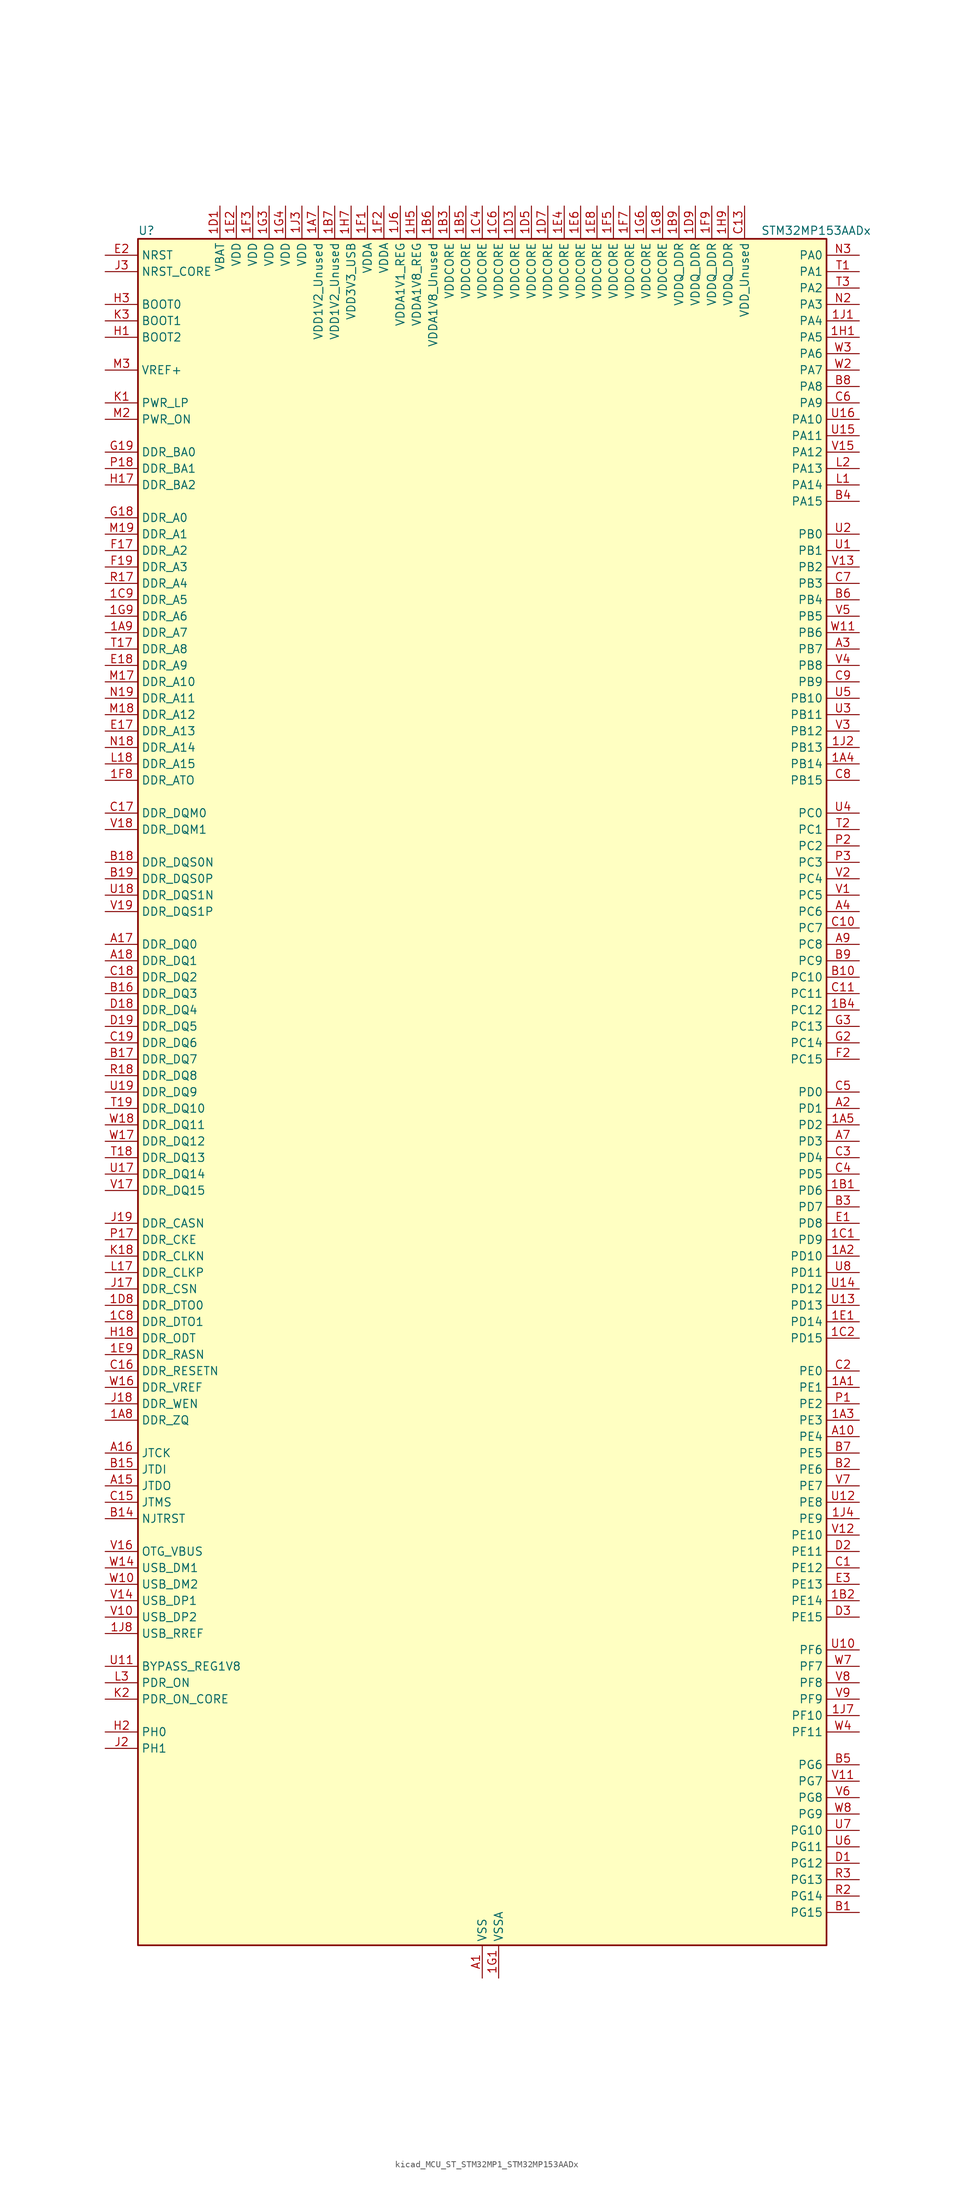
<source format=kicad_sym>
(kicad_symbol_lib
  (version 20220914)
  (generator kicad_symbol_editor)
  (symbol "kicad_MCU_ST_STM32MP1_STM32MP153AADx"
    (property "Reference" "U"
      (at -53.34 133.35 0)
      (effects (font (size 1.27 1.27)) (justify left)))
    (property "Value" "STM32MP153AADx"
      (at 43.18 133.35 0)
      (effects (font (size 1.27 1.27)) (justify left)))
    (property "ki_locked" ""
      (at 0 0 0)
      (effects (font (size 1.27 1.27))))
    (symbol "kicad_MCU_ST_STM32MP1_STM32MP153AADx_0_1"
      (rectangle (start -53.34 -132.08) (end 53.34 132.08) (stroke (width 0.254) (type default)) (fill (type background))))
    (symbol "kicad_MCU_ST_STM32MP1_STM32MP153AADx_1_1"
      (pin bidirectional line (at 58.42 -45.72 180) (length 5.08) (name "PE1" (effects (font (size 1.27 1.27)))) (number "1A1" (effects (font (size 1.27 1.27)))) (alternate "DCMI_D3" bidirectional line) (alternate "FMC_NBL1" bidirectional line) (alternate "I2S2_MCK" bidirectional line) (alternate "LPTIM1_IN2" bidirectional line) (alternate "SAI3_SD_B" bidirectional line) (alternate "UART8_TX" bidirectional line))
      (pin bidirectional line (at 58.42 -25.4 180) (length 5.08) (name "PD10" (effects (font (size 1.27 1.27)))) (number "1A2" (effects (font (size 1.27 1.27)))) (alternate "DFSDM1_CKOUT" bidirectional line) (alternate "FMC_D15" bidirectional line) (alternate "FMC_DA15" bidirectional line) (alternate "I2C5_SMBA" bidirectional line) (alternate "I2S3_SDI" bidirectional line) (alternate "LTDC_B3" bidirectional line) (alternate "RTC_REFIN" bidirectional line) (alternate "SAI3_FS_B" bidirectional line) (alternate "SPI3_MISO" bidirectional line) (alternate "TIM16_BKIN" bidirectional line) (alternate "USART3_CK" bidirectional line))
      (pin bidirectional line (at 58.42 -50.8 180) (length 5.08) (name "PE3" (effects (font (size 1.27 1.27)))) (number "1A3" (effects (font (size 1.27 1.27)))) (alternate "DEBUG_TRACED0" bidirectional line) (alternate "FMC_A19" bidirectional line) (alternate "SAI1_SD_B" bidirectional line) (alternate "SDMMC2_CK" bidirectional line) (alternate "TIM15_BKIN" bidirectional line))
      (pin bidirectional line (at 58.42 50.8 180) (length 5.08) (name "PB14" (effects (font (size 1.27 1.27)))) (number "1A4" (effects (font (size 1.27 1.27)))) (alternate "DFSDM1_DATIN2" bidirectional line) (alternate "I2S2_SDI" bidirectional line) (alternate "SDMMC2_D0" bidirectional line) (alternate "SPI2_MISO" bidirectional line) (alternate "TIM12_CH1" bidirectional line) (alternate "TIM1_CH2N" bidirectional line) (alternate "TIM8_CH2N" bidirectional line) (alternate "USART1_TX" bidirectional line) (alternate "USART3_DE" bidirectional line) (alternate "USART3_RTS" bidirectional line))
      (pin bidirectional line (at 58.42 -5.08 180) (length 5.08) (name "PD2" (effects (font (size 1.27 1.27)))) (number "1A5" (effects (font (size 1.27 1.27)))) (alternate "DCMI_D11" bidirectional line) (alternate "I2C5_SMBA" bidirectional line) (alternate "SDMMC1_CMD" bidirectional line) (alternate "TIM3_ETR" bidirectional line) (alternate "UART4_RX" bidirectional line) (alternate "UART5_RX" bidirectional line))
      (pin passive line (at 0 -137.16 90) (length 5.08) hide (name "VSS" (effects (font (size 1.27 1.27)))) (number "1A6" (effects (font (size 1.27 1.27)))))
      (pin power_in line (at -25.4 137.16 270) (length 5.08) (name "VDD1V2_Unused" (effects (font (size 1.27 1.27)))) (number "1A7" (effects (font (size 1.27 1.27)))))
      (pin bidirectional line (at -58.42 -50.8 0) (length 5.08) (name "DDR_ZQ" (effects (font (size 1.27 1.27)))) (number "1A8" (effects (font (size 1.27 1.27)))) (alternate "DDR_ZQ" bidirectional line))
      (pin bidirectional line (at -58.42 71.12 0) (length 5.08) (name "DDR_A7" (effects (font (size 1.27 1.27)))) (number "1A9" (effects (font (size 1.27 1.27)))) (alternate "DDR_A7" bidirectional line))
      (pin bidirectional line (at 58.42 -15.24 180) (length 5.08) (name "PD6" (effects (font (size 1.27 1.27)))) (number "1B1" (effects (font (size 1.27 1.27)))) (alternate "DCMI_D10" bidirectional line) (alternate "DFSDM1_CKIN4" bidirectional line) (alternate "DFSDM1_DATIN1" bidirectional line) (alternate "FMC_NWAIT" bidirectional line) (alternate "I2S3_SDO" bidirectional line) (alternate "LTDC_B2" bidirectional line) (alternate "SAI1_D1" bidirectional line) (alternate "SAI1_SD_A" bidirectional line) (alternate "SPI3_MOSI" bidirectional line) (alternate "TIM16_CH1N" bidirectional line) (alternate "USART2_RX" bidirectional line))
      (pin bidirectional line (at 58.42 -78.74 180) (length 5.08) (name "PE14" (effects (font (size 1.27 1.27)))) (number "1B2" (effects (font (size 1.27 1.27)))) (alternate "FMC_D11" bidirectional line) (alternate "FMC_DA11" bidirectional line) (alternate "LTDC_CLK" bidirectional line) (alternate "LTDC_G0" bidirectional line) (alternate "SAI2_MCLK_B" bidirectional line) (alternate "SDMMC1_D123DIR" bidirectional line) (alternate "SPI4_MOSI" bidirectional line) (alternate "TIM1_CH4" bidirectional line) (alternate "UART8_DE" bidirectional line) (alternate "UART8_RTS" bidirectional line))
      (pin power_in line (at -5.08 137.16 270) (length 5.08) (name "VDDCORE" (effects (font (size 1.27 1.27)))) (number "1B3" (effects (font (size 1.27 1.27)))))
      (pin bidirectional line (at 58.42 12.7 180) (length 5.08) (name "PC12" (effects (font (size 1.27 1.27)))) (number "1B4" (effects (font (size 1.27 1.27)))) (alternate "DCMI_D9" bidirectional line) (alternate "DEBUG_TRACECLK" bidirectional line) (alternate "I2S3_SDO" bidirectional line) (alternate "RCC_MCO_2" bidirectional line) (alternate "SAI4_D3" bidirectional line) (alternate "SAI4_SD_B" bidirectional line) (alternate "SDMMC1_CK" bidirectional line) (alternate "SPI3_MOSI" bidirectional line) (alternate "UART5_TX" bidirectional line) (alternate "USART3_CK" bidirectional line))
      (pin power_in line (at -2.54 137.16 270) (length 5.08) (name "VDDCORE" (effects (font (size 1.27 1.27)))) (number "1B5" (effects (font (size 1.27 1.27)))))
      (pin power_in line (at -7.62 137.16 270) (length 5.08) (name "VDDA1V8_Unused" (effects (font (size 1.27 1.27)))) (number "1B6" (effects (font (size 1.27 1.27)))))
      (pin power_in line (at -22.86 137.16 270) (length 5.08) (name "VDD1V2_Unused" (effects (font (size 1.27 1.27)))) (number "1B7" (effects (font (size 1.27 1.27)))))
      (pin passive line (at 0 -137.16 90) (length 5.08) hide (name "VSS" (effects (font (size 1.27 1.27)))) (number "1B8" (effects (font (size 1.27 1.27)))))
      (pin power_in line (at 30.48 137.16 270) (length 5.08) (name "VDDQ_DDR" (effects (font (size 1.27 1.27)))) (number "1B9" (effects (font (size 1.27 1.27)))))
      (pin bidirectional line (at 58.42 -22.86 180) (length 5.08) (name "PD9" (effects (font (size 1.27 1.27)))) (number "1C1" (effects (font (size 1.27 1.27)))) (alternate "DAC1_EXTI9" bidirectional line) (alternate "DCMI_HSYNC" bidirectional line) (alternate "DFSDM1_DATIN3" bidirectional line) (alternate "FMC_D14" bidirectional line) (alternate "FMC_DA14" bidirectional line) (alternate "LTDC_B0" bidirectional line) (alternate "SAI3_SD_B" bidirectional line) (alternate "USART3_RX" bidirectional line))
      (pin bidirectional line (at 58.42 -38.1 180) (length 5.08) (name "PD15" (effects (font (size 1.27 1.27)))) (number "1C2" (effects (font (size 1.27 1.27)))) (alternate "ADC1_EXTI15" bidirectional line) (alternate "ADC2_EXTI15" bidirectional line) (alternate "FMC_D1" bidirectional line) (alternate "FMC_DA1" bidirectional line) (alternate "LTDC_R1" bidirectional line) (alternate "SAI3_MCLK_A" bidirectional line) (alternate "TIM4_CH4" bidirectional line) (alternate "UART8_CTS" bidirectional line))
      (pin passive line (at 0 -137.16 90) (length 5.08) hide (name "VSS" (effects (font (size 1.27 1.27)))) (number "1C3" (effects (font (size 1.27 1.27)))))
      (pin power_in line (at 0 137.16 270) (length 5.08) (name "VDDCORE" (effects (font (size 1.27 1.27)))) (number "1C4" (effects (font (size 1.27 1.27)))))
      (pin passive line (at 0 -137.16 90) (length 5.08) hide (name "VSS" (effects (font (size 1.27 1.27)))) (number "1C5" (effects (font (size 1.27 1.27)))))
      (pin power_in line (at 2.54 137.16 270) (length 5.08) (name "VDDCORE" (effects (font (size 1.27 1.27)))) (number "1C6" (effects (font (size 1.27 1.27)))))
      (pin passive line (at 0 -137.16 90) (length 5.08) hide (name "VSS" (effects (font (size 1.27 1.27)))) (number "1C7" (effects (font (size 1.27 1.27)))))
      (pin bidirectional line (at -58.42 -35.56 0) (length 5.08) (name "DDR_DTO1" (effects (font (size 1.27 1.27)))) (number "1C8" (effects (font (size 1.27 1.27)))) (alternate "DDR_DTO1" bidirectional line))
      (pin bidirectional line (at -58.42 76.2 0) (length 5.08) (name "DDR_A5" (effects (font (size 1.27 1.27)))) (number "1C9" (effects (font (size 1.27 1.27)))) (alternate "DDR_A5" bidirectional line))
      (pin power_in line (at -40.64 137.16 270) (length 5.08) (name "VBAT" (effects (font (size 1.27 1.27)))) (number "1D1" (effects (font (size 1.27 1.27)))))
      (pin passive line (at 0 -137.16 90) (length 5.08) hide (name "VSS" (effects (font (size 1.27 1.27)))) (number "1D2" (effects (font (size 1.27 1.27)))))
      (pin power_in line (at 5.08 137.16 270) (length 5.08) (name "VDDCORE" (effects (font (size 1.27 1.27)))) (number "1D3" (effects (font (size 1.27 1.27)))))
      (pin passive line (at 0 -137.16 90) (length 5.08) hide (name "VSS" (effects (font (size 1.27 1.27)))) (number "1D4" (effects (font (size 1.27 1.27)))))
      (pin power_in line (at 7.62 137.16 270) (length 5.08) (name "VDDCORE" (effects (font (size 1.27 1.27)))) (number "1D5" (effects (font (size 1.27 1.27)))))
      (pin passive line (at 0 -137.16 90) (length 5.08) hide (name "VSS" (effects (font (size 1.27 1.27)))) (number "1D6" (effects (font (size 1.27 1.27)))))
      (pin power_in line (at 10.16 137.16 270) (length 5.08) (name "VDDCORE" (effects (font (size 1.27 1.27)))) (number "1D7" (effects (font (size 1.27 1.27)))))
      (pin bidirectional line (at -58.42 -33.02 0) (length 5.08) (name "DDR_DTO0" (effects (font (size 1.27 1.27)))) (number "1D8" (effects (font (size 1.27 1.27)))) (alternate "DDR_DTO0" bidirectional line))
      (pin power_in line (at 33.02 137.16 270) (length 5.08) (name "VDDQ_DDR" (effects (font (size 1.27 1.27)))) (number "1D9" (effects (font (size 1.27 1.27)))))
      (pin bidirectional line (at 58.42 -35.56 180) (length 5.08) (name "PD14" (effects (font (size 1.27 1.27)))) (number "1E1" (effects (font (size 1.27 1.27)))) (alternate "FMC_D0" bidirectional line) (alternate "FMC_DA0" bidirectional line) (alternate "SAI3_MCLK_B" bidirectional line) (alternate "TIM4_CH3" bidirectional line) (alternate "UART8_CTS" bidirectional line))
      (pin power_in line (at -38.1 137.16 270) (length 5.08) (name "VDD" (effects (font (size 1.27 1.27)))) (number "1E2" (effects (font (size 1.27 1.27)))))
      (pin passive line (at 0 -137.16 90) (length 5.08) hide (name "VSS" (effects (font (size 1.27 1.27)))) (number "1E3" (effects (font (size 1.27 1.27)))))
      (pin power_in line (at 12.7 137.16 270) (length 5.08) (name "VDDCORE" (effects (font (size 1.27 1.27)))) (number "1E4" (effects (font (size 1.27 1.27)))))
      (pin passive line (at 0 -137.16 90) (length 5.08) hide (name "VSS" (effects (font (size 1.27 1.27)))) (number "1E5" (effects (font (size 1.27 1.27)))))
      (pin power_in line (at 15.24 137.16 270) (length 5.08) (name "VDDCORE" (effects (font (size 1.27 1.27)))) (number "1E6" (effects (font (size 1.27 1.27)))))
      (pin passive line (at 0 -137.16 90) (length 5.08) hide (name "VSS" (effects (font (size 1.27 1.27)))) (number "1E7" (effects (font (size 1.27 1.27)))))
      (pin power_in line (at 17.78 137.16 270) (length 5.08) (name "VDDCORE" (effects (font (size 1.27 1.27)))) (number "1E8" (effects (font (size 1.27 1.27)))))
      (pin bidirectional line (at -58.42 -40.64 0) (length 5.08) (name "DDR_RASN" (effects (font (size 1.27 1.27)))) (number "1E9" (effects (font (size 1.27 1.27)))) (alternate "DDR_RASN" bidirectional line))
      (pin power_in line (at -17.78 137.16 270) (length 5.08) (name "VDDA" (effects (font (size 1.27 1.27)))) (number "1F1" (effects (font (size 1.27 1.27)))))
      (pin power_in line (at -15.24 137.16 270) (length 5.08) (name "VDDA" (effects (font (size 1.27 1.27)))) (number "1F2" (effects (font (size 1.27 1.27)))))
      (pin power_in line (at -35.56 137.16 270) (length 5.08) (name "VDD" (effects (font (size 1.27 1.27)))) (number "1F3" (effects (font (size 1.27 1.27)))))
      (pin passive line (at 0 -137.16 90) (length 5.08) hide (name "VSS" (effects (font (size 1.27 1.27)))) (number "1F4" (effects (font (size 1.27 1.27)))))
      (pin power_in line (at 20.32 137.16 270) (length 5.08) (name "VDDCORE" (effects (font (size 1.27 1.27)))) (number "1F5" (effects (font (size 1.27 1.27)))))
      (pin passive line (at 0 -137.16 90) (length 5.08) hide (name "VSS" (effects (font (size 1.27 1.27)))) (number "1F6" (effects (font (size 1.27 1.27)))))
      (pin power_in line (at 22.86 137.16 270) (length 5.08) (name "VDDCORE" (effects (font (size 1.27 1.27)))) (number "1F7" (effects (font (size 1.27 1.27)))))
      (pin bidirectional line (at -58.42 48.26 0) (length 5.08) (name "DDR_ATO" (effects (font (size 1.27 1.27)))) (number "1F8" (effects (font (size 1.27 1.27)))) (alternate "DDR_ATO" bidirectional line))
      (pin power_in line (at 35.56 137.16 270) (length 5.08) (name "VDDQ_DDR" (effects (font (size 1.27 1.27)))) (number "1F9" (effects (font (size 1.27 1.27)))))
      (pin power_in line (at 2.54 -137.16 90) (length 5.08) (name "VSSA" (effects (font (size 1.27 1.27)))) (number "1G1" (effects (font (size 1.27 1.27)))))
      (pin passive line (at 0 -137.16 90) (length 5.08) hide (name "VSS" (effects (font (size 1.27 1.27)))) (number "1G2" (effects (font (size 1.27 1.27)))))
      (pin power_in line (at -33.02 137.16 270) (length 5.08) (name "VDD" (effects (font (size 1.27 1.27)))) (number "1G3" (effects (font (size 1.27 1.27)))))
      (pin power_in line (at -30.48 137.16 270) (length 5.08) (name "VDD" (effects (font (size 1.27 1.27)))) (number "1G4" (effects (font (size 1.27 1.27)))))
      (pin passive line (at 0 -137.16 90) (length 5.08) hide (name "VSS" (effects (font (size 1.27 1.27)))) (number "1G5" (effects (font (size 1.27 1.27)))))
      (pin power_in line (at 25.4 137.16 270) (length 5.08) (name "VDDCORE" (effects (font (size 1.27 1.27)))) (number "1G6" (effects (font (size 1.27 1.27)))))
      (pin passive line (at 0 -137.16 90) (length 5.08) hide (name "VSS" (effects (font (size 1.27 1.27)))) (number "1G7" (effects (font (size 1.27 1.27)))))
      (pin power_in line (at 27.94 137.16 270) (length 5.08) (name "VDDCORE" (effects (font (size 1.27 1.27)))) (number "1G8" (effects (font (size 1.27 1.27)))))
      (pin bidirectional line (at -58.42 73.66 0) (length 5.08) (name "DDR_A6" (effects (font (size 1.27 1.27)))) (number "1G9" (effects (font (size 1.27 1.27)))) (alternate "DDR_A6" bidirectional line))
      (pin bidirectional line (at 58.42 116.84 180) (length 5.08) (name "PA5" (effects (font (size 1.27 1.27)))) (number "1H1" (effects (font (size 1.27 1.27)))) (alternate "ADC1_INN18" bidirectional line) (alternate "ADC1_INP19" bidirectional line) (alternate "ADC2_INN18" bidirectional line) (alternate "ADC2_INP19" bidirectional line) (alternate "DAC1_OUT2" bidirectional line) (alternate "I2S1_CK" bidirectional line) (alternate "LTDC_R4" bidirectional line) (alternate "SAI4_CK1" bidirectional line) (alternate "SAI4_MCLK_A" bidirectional line) (alternate "SPI1_SCK" bidirectional line) (alternate "SPI6_SCK" bidirectional line) (alternate "TIM2_CH1" bidirectional line) (alternate "TIM2_ETR" bidirectional line) (alternate "TIM8_CH1N" bidirectional line))
      (pin passive line (at 0 -137.16 90) (length 5.08) hide (name "VSS" (effects (font (size 1.27 1.27)))) (number "1H2" (effects (font (size 1.27 1.27)))))
      (pin passive line (at 0 -137.16 90) (length 5.08) hide (name "VSS" (effects (font (size 1.27 1.27)))) (number "1H3" (effects (font (size 1.27 1.27)))))
      (pin passive line (at 0 -137.16 90) (length 5.08) hide (name "VSS" (effects (font (size 1.27 1.27)))) (number "1H4" (effects (font (size 1.27 1.27)))))
      (pin power_in line (at -10.16 137.16 270) (length 5.08) (name "VDDA1V8_REG" (effects (font (size 1.27 1.27)))) (number "1H5" (effects (font (size 1.27 1.27)))))
      (pin passive line (at 0 -137.16 90) (length 5.08) hide (name "VSS" (effects (font (size 1.27 1.27)))) (number "1H6" (effects (font (size 1.27 1.27)))))
      (pin power_in line (at -20.32 137.16 270) (length 5.08) (name "VDD3V3_USB" (effects (font (size 1.27 1.27)))) (number "1H7" (effects (font (size 1.27 1.27)))))
      (pin passive line (at 0 -137.16 90) (length 5.08) hide (name "VSS" (effects (font (size 1.27 1.27)))) (number "1H8" (effects (font (size 1.27 1.27)))))
      (pin power_in line (at 38.1 137.16 270) (length 5.08) (name "VDDQ_DDR" (effects (font (size 1.27 1.27)))) (number "1H9" (effects (font (size 1.27 1.27)))))
      (pin bidirectional line (at 58.42 119.38 180) (length 5.08) (name "PA4" (effects (font (size 1.27 1.27)))) (number "1J1" (effects (font (size 1.27 1.27)))) (alternate "ADC1_INP18" bidirectional line) (alternate "ADC2_INP18" bidirectional line) (alternate "DAC1_OUT1" bidirectional line) (alternate "DCMI_HSYNC" bidirectional line) (alternate "HDP_HDP0" bidirectional line) (alternate "I2S1_WS" bidirectional line) (alternate "I2S3_WS" bidirectional line) (alternate "LTDC_VSYNC" bidirectional line) (alternate "SAI4_D2" bidirectional line) (alternate "SAI4_FS_A" bidirectional line) (alternate "SPI1_NSS" bidirectional line) (alternate "SPI3_NSS" bidirectional line) (alternate "SPI6_NSS" bidirectional line) (alternate "TIM5_ETR" bidirectional line) (alternate "USART2_CK" bidirectional line))
      (pin bidirectional line (at 58.42 53.34 180) (length 5.08) (name "PB13" (effects (font (size 1.27 1.27)))) (number "1J2" (effects (font (size 1.27 1.27)))) (alternate "DFSDM1_CKIN1" bidirectional line) (alternate "DFSDM1_CKOUT" bidirectional line) (alternate "ETH1_TXD1" bidirectional line) (alternate "FDCAN2_TX" bidirectional line) (alternate "I2S2_CK" bidirectional line) (alternate "LPTIM2_OUT" bidirectional line) (alternate "SPI2_SCK" bidirectional line) (alternate "TIM1_CH1N" bidirectional line) (alternate "UART5_TX" bidirectional line) (alternate "USART3_CTS" bidirectional line) (alternate "USART3_NSS" bidirectional line))
      (pin power_in line (at -27.94 137.16 270) (length 5.08) (name "VDD" (effects (font (size 1.27 1.27)))) (number "1J3" (effects (font (size 1.27 1.27)))))
      (pin bidirectional line (at 58.42 -66.04 180) (length 5.08) (name "PE9" (effects (font (size 1.27 1.27)))) (number "1J4" (effects (font (size 1.27 1.27)))) (alternate "DAC1_EXTI9" bidirectional line) (alternate "DFSDM1_CKOUT" bidirectional line) (alternate "FMC_D6" bidirectional line) (alternate "FMC_DA6" bidirectional line) (alternate "QUADSPI_BK2_IO2" bidirectional line) (alternate "TIM1_CH1" bidirectional line) (alternate "UART7_DE" bidirectional line) (alternate "UART7_RTS" bidirectional line))
      (pin passive line (at 0 -137.16 90) (length 5.08) hide (name "VSS" (effects (font (size 1.27 1.27)))) (number "1J5" (effects (font (size 1.27 1.27)))))
      (pin power_in line (at -12.7 137.16 270) (length 5.08) (name "VDDA1V1_REG" (effects (font (size 1.27 1.27)))) (number "1J6" (effects (font (size 1.27 1.27)))))
      (pin bidirectional line (at 58.42 -96.52 180) (length 5.08) (name "PF10" (effects (font (size 1.27 1.27)))) (number "1J7" (effects (font (size 1.27 1.27)))) (alternate "DCMI_D11" bidirectional line) (alternate "LTDC_DE" bidirectional line) (alternate "QUADSPI_CLK" bidirectional line) (alternate "SAI1_D3" bidirectional line) (alternate "SAI1_D4" bidirectional line) (alternate "SAI4_D3" bidirectional line) (alternate "SAI4_D4" bidirectional line) (alternate "TIM16_BKIN" bidirectional line))
      (pin bidirectional line (at -58.42 -83.82 0) (length 5.08) (name "USB_RREF" (effects (font (size 1.27 1.27)))) (number "1J8" (effects (font (size 1.27 1.27)))))
      (pin passive line (at 0 -137.16 90) (length 5.08) hide (name "VSS" (effects (font (size 1.27 1.27)))) (number "1J9" (effects (font (size 1.27 1.27)))))
      (pin power_in line (at 0 -137.16 90) (length 5.08) (name "VSS" (effects (font (size 1.27 1.27)))) (number "A1" (effects (font (size 1.27 1.27)))))
      (pin bidirectional line (at 58.42 -53.34 180) (length 5.08) (name "PE4" (effects (font (size 1.27 1.27)))) (number "A10" (effects (font (size 1.27 1.27)))) (alternate "DCMI_D4" bidirectional line) (alternate "DEBUG_TRACED1" bidirectional line) (alternate "DFSDM1_DATIN3" bidirectional line) (alternate "FMC_A20" bidirectional line) (alternate "LTDC_B0" bidirectional line) (alternate "SAI1_D2" bidirectional line) (alternate "SAI1_FS_A" bidirectional line) (alternate "SDMMC1_CKIN" bidirectional line) (alternate "SDMMC1_D4" bidirectional line) (alternate "SDMMC2_CKIN" bidirectional line) (alternate "SDMMC2_D4" bidirectional line) (alternate "SPI4_NSS" bidirectional line) (alternate "TIM15_CH1N" bidirectional line))
      (pin no_connect line (at -53.34 -132.08 0) (length 5.08) hide (name "DNU" (effects (font (size 1.27 1.27)))) (number "A12" (effects (font (size 1.27 1.27)))))
      (pin no_connect line (at -53.34 -129.54 0) (length 5.08) hide (name "DNU" (effects (font (size 1.27 1.27)))) (number "A13" (effects (font (size 1.27 1.27)))))
      (pin bidirectional line (at -58.42 -60.96 0) (length 5.08) (name "JTDO" (effects (font (size 1.27 1.27)))) (number "A15" (effects (font (size 1.27 1.27)))) (alternate "DEBUG_JTDO-SWO" bidirectional line))
      (pin bidirectional line (at -58.42 -55.88 0) (length 5.08) (name "JTCK" (effects (font (size 1.27 1.27)))) (number "A16" (effects (font (size 1.27 1.27)))) (alternate "DEBUG_JTCK-SWCLK" bidirectional line))
      (pin bidirectional line (at -58.42 22.86 0) (length 5.08) (name "DDR_DQ0" (effects (font (size 1.27 1.27)))) (number "A17" (effects (font (size 1.27 1.27)))) (alternate "DDR_DQ0" bidirectional line))
      (pin bidirectional line (at -58.42 20.32 0) (length 5.08) (name "DDR_DQ1" (effects (font (size 1.27 1.27)))) (number "A18" (effects (font (size 1.27 1.27)))) (alternate "DDR_DQ1" bidirectional line))
      (pin passive line (at 0 -137.16 90) (length 5.08) hide (name "VSS" (effects (font (size 1.27 1.27)))) (number "A19" (effects (font (size 1.27 1.27)))))
      (pin bidirectional line (at 58.42 -2.54 180) (length 5.08) (name "PD1" (effects (font (size 1.27 1.27)))) (number "A2" (effects (font (size 1.27 1.27)))) (alternate "DFSDM1_CKIN7" bidirectional line) (alternate "DFSDM1_DATIN6" bidirectional line) (alternate "FDCAN1_TX" bidirectional line) (alternate "FMC_D3" bidirectional line) (alternate "FMC_DA3" bidirectional line) (alternate "I2C5_SCL" bidirectional line) (alternate "I2C6_SCL" bidirectional line) (alternate "SAI3_SD_A" bidirectional line) (alternate "SDMMC3_D0" bidirectional line) (alternate "UART4_TX" bidirectional line))
      (pin bidirectional line (at 58.42 68.58 180) (length 5.08) (name "PB7" (effects (font (size 1.27 1.27)))) (number "A3" (effects (font (size 1.27 1.27)))) (alternate "DCMI_VSYNC" bidirectional line) (alternate "DFSDM1_CKIN5" bidirectional line) (alternate "FMC_NL" bidirectional line) (alternate "I2C1_SDA" bidirectional line) (alternate "I2C4_SDA" bidirectional line) (alternate "SDMMC2_D1" bidirectional line) (alternate "TIM17_CH1N" bidirectional line) (alternate "TIM4_CH2" bidirectional line) (alternate "USART1_RX" bidirectional line))
      (pin bidirectional line (at 58.42 27.94 180) (length 5.08) (name "PC6" (effects (font (size 1.27 1.27)))) (number "A4" (effects (font (size 1.27 1.27)))) (alternate "DCMI_D0" bidirectional line) (alternate "DFSDM1_CKIN3" bidirectional line) (alternate "HDP_HDP1" bidirectional line) (alternate "I2S2_MCK" bidirectional line) (alternate "LTDC_HSYNC" bidirectional line) (alternate "SDMMC1_D0DIR" bidirectional line) (alternate "SDMMC1_D6" bidirectional line) (alternate "SDMMC2_D0DIR" bidirectional line) (alternate "SDMMC2_D6" bidirectional line) (alternate "TIM3_CH1" bidirectional line) (alternate "TIM8_CH1" bidirectional line) (alternate "USART6_TX" bidirectional line))
      (pin passive line (at 0 -137.16 90) (length 5.08) hide (name "VSS" (effects (font (size 1.27 1.27)))) (number "A6" (effects (font (size 1.27 1.27)))))
      (pin bidirectional line (at 58.42 -7.62 180) (length 5.08) (name "PD3" (effects (font (size 1.27 1.27)))) (number "A7" (effects (font (size 1.27 1.27)))) (alternate "DCMI_D5" bidirectional line) (alternate "DFSDM1_CKOUT" bidirectional line) (alternate "DFSDM1_DATIN0" bidirectional line) (alternate "FMC_CLK" bidirectional line) (alternate "HDP_HDP5" bidirectional line) (alternate "I2S2_CK" bidirectional line) (alternate "LTDC_G7" bidirectional line) (alternate "SDMMC1_D123DIR" bidirectional line) (alternate "SDMMC1_D7" bidirectional line) (alternate "SDMMC2_D123DIR" bidirectional line) (alternate "SDMMC2_D7" bidirectional line) (alternate "SPI2_SCK" bidirectional line) (alternate "USART2_CTS" bidirectional line) (alternate "USART2_NSS" bidirectional line))
      (pin bidirectional line (at 58.42 22.86 180) (length 5.08) (name "PC8" (effects (font (size 1.27 1.27)))) (number "A9" (effects (font (size 1.27 1.27)))) (alternate "DCMI_D2" bidirectional line) (alternate "DEBUG_TRACED0" bidirectional line) (alternate "SDMMC1_D0" bidirectional line) (alternate "TIM3_CH3" bidirectional line) (alternate "TIM8_CH3" bidirectional line) (alternate "UART4_TX" bidirectional line) (alternate "UART5_DE" bidirectional line) (alternate "UART5_RTS" bidirectional line) (alternate "USART6_CK" bidirectional line))
      (pin bidirectional line (at 58.42 -127 180) (length 5.08) (name "PG15" (effects (font (size 1.27 1.27)))) (number "B1" (effects (font (size 1.27 1.27)))) (alternate "ADC1_EXTI15" bidirectional line) (alternate "ADC2_EXTI15" bidirectional line) (alternate "DCMI_D13" bidirectional line) (alternate "DEBUG_TRACED7" bidirectional line) (alternate "I2C2_SDA" bidirectional line) (alternate "SAI1_D2" bidirectional line) (alternate "SAI1_FS_A" bidirectional line) (alternate "SDMMC3_CK" bidirectional line) (alternate "USART6_CTS" bidirectional line) (alternate "USART6_NSS" bidirectional line))
      (pin bidirectional line (at 58.42 17.78 180) (length 5.08) (name "PC10" (effects (font (size 1.27 1.27)))) (number "B10" (effects (font (size 1.27 1.27)))) (alternate "DCMI_D8" bidirectional line) (alternate "DEBUG_TRACED2" bidirectional line) (alternate "DFSDM1_CKIN5" bidirectional line) (alternate "I2S3_CK" bidirectional line) (alternate "LTDC_R2" bidirectional line) (alternate "QUADSPI_BK1_IO1" bidirectional line) (alternate "SAI4_MCLK_B" bidirectional line) (alternate "SDMMC1_D2" bidirectional line) (alternate "SPI3_SCK" bidirectional line) (alternate "UART4_TX" bidirectional line) (alternate "USART3_TX" bidirectional line))
      (pin no_connect line (at -53.34 -127 0) (length 5.08) hide (name "DNU" (effects (font (size 1.27 1.27)))) (number "B11" (effects (font (size 1.27 1.27)))))
      (pin no_connect line (at -53.34 -124.46 0) (length 5.08) hide (name "DNU" (effects (font (size 1.27 1.27)))) (number "B12" (effects (font (size 1.27 1.27)))))
      (pin no_connect line (at -53.34 -121.92 0) (length 5.08) hide (name "DNU" (effects (font (size 1.27 1.27)))) (number "B13" (effects (font (size 1.27 1.27)))))
      (pin bidirectional line (at -58.42 -66.04 0) (length 5.08) (name "NJTRST" (effects (font (size 1.27 1.27)))) (number "B14" (effects (font (size 1.27 1.27)))) (alternate "DEBUG_JTRST" bidirectional line))
      (pin bidirectional line (at -58.42 -58.42 0) (length 5.08) (name "JTDI" (effects (font (size 1.27 1.27)))) (number "B15" (effects (font (size 1.27 1.27)))) (alternate "DEBUG_JTDI" bidirectional line))
      (pin bidirectional line (at -58.42 15.24 0) (length 5.08) (name "DDR_DQ3" (effects (font (size 1.27 1.27)))) (number "B16" (effects (font (size 1.27 1.27)))) (alternate "DDR_DQ3" bidirectional line))
      (pin bidirectional line (at -58.42 5.08 0) (length 5.08) (name "DDR_DQ7" (effects (font (size 1.27 1.27)))) (number "B17" (effects (font (size 1.27 1.27)))) (alternate "DDR_DQ7" bidirectional line))
      (pin bidirectional line (at -58.42 35.56 0) (length 5.08) (name "DDR_DQS0N" (effects (font (size 1.27 1.27)))) (number "B18" (effects (font (size 1.27 1.27)))) (alternate "DDR_DQS0N" bidirectional line))
      (pin bidirectional line (at -58.42 33.02 0) (length 5.08) (name "DDR_DQS0P" (effects (font (size 1.27 1.27)))) (number "B19" (effects (font (size 1.27 1.27)))) (alternate "DDR_DQS0P" bidirectional line))
      (pin bidirectional line (at 58.42 -58.42 180) (length 5.08) (name "PE6" (effects (font (size 1.27 1.27)))) (number "B2" (effects (font (size 1.27 1.27)))) (alternate "DCMI_D7" bidirectional line) (alternate "DEBUG_TRACED2" bidirectional line) (alternate "FMC_A22" bidirectional line) (alternate "LTDC_G1" bidirectional line) (alternate "SAI1_D1" bidirectional line) (alternate "SAI1_SD_A" bidirectional line) (alternate "SAI2_MCLK_B" bidirectional line) (alternate "SDMMC1_D2" bidirectional line) (alternate "SDMMC2_D0" bidirectional line) (alternate "SPI4_MOSI" bidirectional line) (alternate "TIM15_CH2" bidirectional line) (alternate "TIM1_BKIN2" bidirectional line))
      (pin bidirectional line (at 58.42 -17.78 180) (length 5.08) (name "PD7" (effects (font (size 1.27 1.27)))) (number "B3" (effects (font (size 1.27 1.27)))) (alternate "DEBUG_TRACED6" bidirectional line) (alternate "DFSDM1_CKIN1" bidirectional line) (alternate "DFSDM1_DATIN4" bidirectional line) (alternate "FMC_NE1" bidirectional line) (alternate "I2C2_SCL" bidirectional line) (alternate "SDMMC3_D3" bidirectional line) (alternate "SPDIFRX_IN0" bidirectional line) (alternate "USART2_CK" bidirectional line))
      (pin bidirectional line (at 58.42 91.44 180) (length 5.08) (name "PA15" (effects (font (size 1.27 1.27)))) (number "B4" (effects (font (size 1.27 1.27)))) (alternate "ADC1_EXTI15" bidirectional line) (alternate "ADC2_EXTI15" bidirectional line) (alternate "CEC" bidirectional line) (alternate "DEBUG_DBTRGI" bidirectional line) (alternate "I2S1_WS" bidirectional line) (alternate "I2S3_WS" bidirectional line) (alternate "LTDC_R1" bidirectional line) (alternate "SAI4_D2" bidirectional line) (alternate "SAI4_FS_A" bidirectional line) (alternate "SDMMC1_CDIR" bidirectional line) (alternate "SDMMC1_D5" bidirectional line) (alternate "SDMMC2_CDIR" bidirectional line) (alternate "SDMMC2_D5" bidirectional line) (alternate "SPI1_NSS" bidirectional line) (alternate "SPI3_NSS" bidirectional line) (alternate "SPI6_NSS" bidirectional line) (alternate "TIM2_CH1" bidirectional line) (alternate "TIM2_ETR" bidirectional line) (alternate "UART4_DE" bidirectional line) (alternate "UART4_RTS" bidirectional line) (alternate "UART7_TX" bidirectional line))
      (pin bidirectional line (at 58.42 -104.14 180) (length 5.08) (name "PG6" (effects (font (size 1.27 1.27)))) (number "B5" (effects (font (size 1.27 1.27)))) (alternate "DCMI_D12" bidirectional line) (alternate "DEBUG_TRACED14" bidirectional line) (alternate "LTDC_R7" bidirectional line) (alternate "SDMMC2_CMD" bidirectional line) (alternate "TIM17_BKIN" bidirectional line))
      (pin bidirectional line (at 58.42 76.2 180) (length 5.08) (name "PB4" (effects (font (size 1.27 1.27)))) (number "B6" (effects (font (size 1.27 1.27)))) (alternate "DEBUG_TRACED8" bidirectional line) (alternate "I2S1_SDI" bidirectional line) (alternate "I2S2_WS" bidirectional line) (alternate "I2S3_SDI" bidirectional line) (alternate "SAI4_CK2" bidirectional line) (alternate "SAI4_SCK_A" bidirectional line) (alternate "SDMMC2_D3" bidirectional line) (alternate "SPI1_MISO" bidirectional line) (alternate "SPI2_NSS" bidirectional line) (alternate "SPI3_MISO" bidirectional line) (alternate "SPI6_MISO" bidirectional line) (alternate "TIM16_BKIN" bidirectional line) (alternate "TIM3_CH1" bidirectional line) (alternate "UART7_TX" bidirectional line))
      (pin bidirectional line (at 58.42 -55.88 180) (length 5.08) (name "PE5" (effects (font (size 1.27 1.27)))) (number "B7" (effects (font (size 1.27 1.27)))) (alternate "DCMI_D6" bidirectional line) (alternate "DEBUG_TRACED3" bidirectional line) (alternate "DFSDM1_CKIN3" bidirectional line) (alternate "FMC_A21" bidirectional line) (alternate "LTDC_G0" bidirectional line) (alternate "SAI1_CK2" bidirectional line) (alternate "SAI1_SCK_A" bidirectional line) (alternate "SDMMC1_D0DIR" bidirectional line) (alternate "SDMMC1_D6" bidirectional line) (alternate "SDMMC2_D0DIR" bidirectional line) (alternate "SDMMC2_D6" bidirectional line) (alternate "SPI4_MISO" bidirectional line) (alternate "TIM15_CH1" bidirectional line))
      (pin bidirectional line (at 58.42 109.22 180) (length 5.08) (name "PA8" (effects (font (size 1.27 1.27)))) (number "B8" (effects (font (size 1.27 1.27)))) (alternate "I2C3_SCL" bidirectional line) (alternate "I2S3_SDO" bidirectional line) (alternate "LTDC_R6" bidirectional line) (alternate "RCC_MCO_1" bidirectional line) (alternate "SAI4_SD_B" bidirectional line) (alternate "SDMMC2_CKIN" bidirectional line) (alternate "SDMMC2_D4" bidirectional line) (alternate "SPI3_MOSI" bidirectional line) (alternate "TIM1_CH1" bidirectional line) (alternate "TIM8_BKIN2" bidirectional line) (alternate "UART7_RX" bidirectional line) (alternate "USART1_CK" bidirectional line) (alternate "USB_OTG_HS_SOF" bidirectional line))
      (pin bidirectional line (at 58.42 20.32 180) (length 5.08) (name "PC9" (effects (font (size 1.27 1.27)))) (number "B9" (effects (font (size 1.27 1.27)))) (alternate "DAC1_EXTI9" bidirectional line) (alternate "DCMI_D3" bidirectional line) (alternate "DEBUG_TRACED1" bidirectional line) (alternate "I2C3_SDA" bidirectional line) (alternate "I2S_CKIN" bidirectional line) (alternate "LTDC_B2" bidirectional line) (alternate "QUADSPI_BK1_IO0" bidirectional line) (alternate "SDMMC1_D1" bidirectional line) (alternate "TIM3_CH4" bidirectional line) (alternate "TIM8_CH4" bidirectional line) (alternate "UART5_CTS" bidirectional line))
      (pin bidirectional line (at 58.42 -73.66 180) (length 5.08) (name "PE12" (effects (font (size 1.27 1.27)))) (number "C1" (effects (font (size 1.27 1.27)))) (alternate "DFSDM1_DATIN5" bidirectional line) (alternate "FMC_D9" bidirectional line) (alternate "FMC_DA9" bidirectional line) (alternate "LTDC_B4" bidirectional line) (alternate "SAI2_SCK_B" bidirectional line) (alternate "SDMMC1_D0DIR" bidirectional line) (alternate "SPI4_SCK" bidirectional line) (alternate "TIM1_CH3N" bidirectional line))
      (pin bidirectional line (at 58.42 25.4 180) (length 5.08) (name "PC7" (effects (font (size 1.27 1.27)))) (number "C10" (effects (font (size 1.27 1.27)))) (alternate "DCMI_D1" bidirectional line) (alternate "DFSDM1_DATIN3" bidirectional line) (alternate "HDP_HDP4" bidirectional line) (alternate "I2S3_MCK" bidirectional line) (alternate "LTDC_G6" bidirectional line) (alternate "SDMMC1_D123DIR" bidirectional line) (alternate "SDMMC1_D7" bidirectional line) (alternate "SDMMC2_D123DIR" bidirectional line) (alternate "SDMMC2_D7" bidirectional line) (alternate "TIM3_CH2" bidirectional line) (alternate "TIM8_CH2" bidirectional line) (alternate "USART6_RX" bidirectional line))
      (pin bidirectional line (at 58.42 15.24 180) (length 5.08) (name "PC11" (effects (font (size 1.27 1.27)))) (number "C11" (effects (font (size 1.27 1.27)))) (alternate "ADC1_EXTI11" bidirectional line) (alternate "ADC2_EXTI11" bidirectional line) (alternate "DCMI_D4" bidirectional line) (alternate "DEBUG_TRACED3" bidirectional line) (alternate "DFSDM1_DATIN5" bidirectional line) (alternate "I2S3_SDI" bidirectional line) (alternate "QUADSPI_BK2_NCS" bidirectional line) (alternate "SAI4_SCK_B" bidirectional line) (alternate "SDMMC1_D3" bidirectional line) (alternate "SPI3_MISO" bidirectional line) (alternate "UART4_RX" bidirectional line) (alternate "USART3_RX" bidirectional line))
      (pin no_connect line (at -53.34 -119.38 0) (length 5.08) hide (name "DNU" (effects (font (size 1.27 1.27)))) (number "C12" (effects (font (size 1.27 1.27)))))
      (pin power_in line (at 40.64 137.16 270) (length 5.08) (name "VDD_Unused" (effects (font (size 1.27 1.27)))) (number "C13" (effects (font (size 1.27 1.27)))))
      (pin passive line (at 0 -137.16 90) (length 5.08) hide (name "VSS" (effects (font (size 1.27 1.27)))) (number "C14" (effects (font (size 1.27 1.27)))))
      (pin bidirectional line (at -58.42 -63.5 0) (length 5.08) (name "JTMS" (effects (font (size 1.27 1.27)))) (number "C15" (effects (font (size 1.27 1.27)))) (alternate "DEBUG_JTMS-SWDIO" bidirectional line))
      (pin bidirectional line (at -58.42 -43.18 0) (length 5.08) (name "DDR_RESETN" (effects (font (size 1.27 1.27)))) (number "C16" (effects (font (size 1.27 1.27)))) (alternate "DDR_RESETN" bidirectional line))
      (pin bidirectional line (at -58.42 43.18 0) (length 5.08) (name "DDR_DQM0" (effects (font (size 1.27 1.27)))) (number "C17" (effects (font (size 1.27 1.27)))) (alternate "DDR_DQM0" bidirectional line))
      (pin bidirectional line (at -58.42 17.78 0) (length 5.08) (name "DDR_DQ2" (effects (font (size 1.27 1.27)))) (number "C18" (effects (font (size 1.27 1.27)))) (alternate "DDR_DQ2" bidirectional line))
      (pin bidirectional line (at -58.42 7.62 0) (length 5.08) (name "DDR_DQ6" (effects (font (size 1.27 1.27)))) (number "C19" (effects (font (size 1.27 1.27)))) (alternate "DDR_DQ6" bidirectional line))
      (pin bidirectional line (at 58.42 -43.18 180) (length 5.08) (name "PE0" (effects (font (size 1.27 1.27)))) (number "C2" (effects (font (size 1.27 1.27)))) (alternate "DCMI_D2" bidirectional line) (alternate "FMC_NBL0" bidirectional line) (alternate "I2S3_CK" bidirectional line) (alternate "LPTIM1_ETR" bidirectional line) (alternate "LPTIM2_ETR" bidirectional line) (alternate "SAI2_MCLK_A" bidirectional line) (alternate "SAI4_MCLK_B" bidirectional line) (alternate "SPI3_SCK" bidirectional line) (alternate "TIM4_ETR" bidirectional line) (alternate "UART8_RX" bidirectional line))
      (pin bidirectional line (at 58.42 -10.16 180) (length 5.08) (name "PD4" (effects (font (size 1.27 1.27)))) (number "C3" (effects (font (size 1.27 1.27)))) (alternate "DFSDM1_CKIN0" bidirectional line) (alternate "FMC_NOE" bidirectional line) (alternate "SAI3_FS_A" bidirectional line) (alternate "SDMMC3_D1" bidirectional line) (alternate "USART2_DE" bidirectional line) (alternate "USART2_RTS" bidirectional line))
      (pin bidirectional line (at 58.42 -12.7 180) (length 5.08) (name "PD5" (effects (font (size 1.27 1.27)))) (number "C4" (effects (font (size 1.27 1.27)))) (alternate "FMC_NWE" bidirectional line) (alternate "SDMMC3_D2" bidirectional line) (alternate "USART2_TX" bidirectional line))
      (pin bidirectional line (at 58.42 0 180) (length 5.08) (name "PD0" (effects (font (size 1.27 1.27)))) (number "C5" (effects (font (size 1.27 1.27)))) (alternate "DFSDM1_CKIN6" bidirectional line) (alternate "DFSDM1_DATIN7" bidirectional line) (alternate "FDCAN1_RX" bidirectional line) (alternate "FMC_D2" bidirectional line) (alternate "FMC_DA2" bidirectional line) (alternate "I2C5_SDA" bidirectional line) (alternate "I2C6_SDA" bidirectional line) (alternate "SAI3_SCK_A" bidirectional line) (alternate "SDMMC3_CMD" bidirectional line) (alternate "UART4_RX" bidirectional line))
      (pin bidirectional line (at 58.42 106.68 180) (length 5.08) (name "PA9" (effects (font (size 1.27 1.27)))) (number "C6" (effects (font (size 1.27 1.27)))) (alternate "DAC1_EXTI9" bidirectional line) (alternate "DCMI_D0" bidirectional line) (alternate "I2C3_SMBA" bidirectional line) (alternate "I2S2_CK" bidirectional line) (alternate "LTDC_R5" bidirectional line) (alternate "SDMMC2_CDIR" bidirectional line) (alternate "SDMMC2_D5" bidirectional line) (alternate "SPI2_SCK" bidirectional line) (alternate "TIM1_CH2" bidirectional line) (alternate "USART1_TX" bidirectional line))
      (pin bidirectional line (at 58.42 78.74 180) (length 5.08) (name "PB3" (effects (font (size 1.27 1.27)))) (number "C7" (effects (font (size 1.27 1.27)))) (alternate "DEBUG_TRACED9" bidirectional line) (alternate "I2S1_CK" bidirectional line) (alternate "I2S3_CK" bidirectional line) (alternate "SAI4_CK1" bidirectional line) (alternate "SAI4_MCLK_A" bidirectional line) (alternate "SDMMC2_D2" bidirectional line) (alternate "SPI1_SCK" bidirectional line) (alternate "SPI3_SCK" bidirectional line) (alternate "SPI6_SCK" bidirectional line) (alternate "TIM2_CH2" bidirectional line) (alternate "UART7_RX" bidirectional line))
      (pin bidirectional line (at 58.42 48.26 180) (length 5.08) (name "PB15" (effects (font (size 1.27 1.27)))) (number "C8" (effects (font (size 1.27 1.27)))) (alternate "ADC1_EXTI15" bidirectional line) (alternate "ADC2_EXTI15" bidirectional line) (alternate "DFSDM1_CKIN2" bidirectional line) (alternate "I2S2_SDO" bidirectional line) (alternate "RTC_REFIN" bidirectional line) (alternate "SDMMC2_D1" bidirectional line) (alternate "SPI2_MOSI" bidirectional line) (alternate "TIM12_CH2" bidirectional line) (alternate "TIM1_CH3N" bidirectional line) (alternate "TIM8_CH3N" bidirectional line) (alternate "USART1_RX" bidirectional line))
      (pin bidirectional line (at 58.42 63.5 180) (length 5.08) (name "PB9" (effects (font (size 1.27 1.27)))) (number "C9" (effects (font (size 1.27 1.27)))) (alternate "DAC1_EXTI9" bidirectional line) (alternate "DCMI_D7" bidirectional line) (alternate "DFSDM1_DATIN7" bidirectional line) (alternate "FDCAN1_TX" bidirectional line) (alternate "HDP_HDP7" bidirectional line) (alternate "I2C1_SDA" bidirectional line) (alternate "I2C4_SDA" bidirectional line) (alternate "I2S2_WS" bidirectional line) (alternate "LTDC_B7" bidirectional line) (alternate "SDMMC1_CDIR" bidirectional line) (alternate "SDMMC1_D5" bidirectional line) (alternate "SDMMC2_CDIR" bidirectional line) (alternate "SDMMC2_D5" bidirectional line) (alternate "SPI2_NSS" bidirectional line) (alternate "TIM17_CH1" bidirectional line) (alternate "TIM4_CH4" bidirectional line) (alternate "UART4_TX" bidirectional line))
      (pin bidirectional line (at 58.42 -119.38 180) (length 5.08) (name "PG12" (effects (font (size 1.27 1.27)))) (number "D1" (effects (font (size 1.27 1.27)))) (alternate "ETH1_PHY_INTN" bidirectional line) (alternate "FMC_NE4" bidirectional line) (alternate "LPTIM1_IN1" bidirectional line) (alternate "LTDC_B1" bidirectional line) (alternate "LTDC_B4" bidirectional line) (alternate "SAI4_CK2" bidirectional line) (alternate "SAI4_SCK_A" bidirectional line) (alternate "SPDIFRX_IN1" bidirectional line) (alternate "SPI6_MISO" bidirectional line) (alternate "USART6_DE" bidirectional line) (alternate "USART6_RTS" bidirectional line))
      (pin passive line (at 0 -137.16 90) (length 5.08) hide (name "VSS" (effects (font (size 1.27 1.27)))) (number "D17" (effects (font (size 1.27 1.27)))))
      (pin bidirectional line (at -58.42 12.7 0) (length 5.08) (name "DDR_DQ4" (effects (font (size 1.27 1.27)))) (number "D18" (effects (font (size 1.27 1.27)))) (alternate "DDR_DQ4" bidirectional line))
      (pin bidirectional line (at -58.42 10.16 0) (length 5.08) (name "DDR_DQ5" (effects (font (size 1.27 1.27)))) (number "D19" (effects (font (size 1.27 1.27)))) (alternate "DDR_DQ5" bidirectional line))
      (pin bidirectional line (at 58.42 -71.12 180) (length 5.08) (name "PE11" (effects (font (size 1.27 1.27)))) (number "D2" (effects (font (size 1.27 1.27)))) (alternate "ADC1_EXTI11" bidirectional line) (alternate "ADC2_EXTI11" bidirectional line) (alternate "DCMI_D4" bidirectional line) (alternate "DFSDM1_CKIN4" bidirectional line) (alternate "FMC_D8" bidirectional line) (alternate "FMC_DA8" bidirectional line) (alternate "LTDC_G3" bidirectional line) (alternate "SAI2_SD_B" bidirectional line) (alternate "SPI4_NSS" bidirectional line) (alternate "TIM1_CH2" bidirectional line) (alternate "USART6_CK" bidirectional line))
      (pin bidirectional line (at 58.42 -81.28 180) (length 5.08) (name "PE15" (effects (font (size 1.27 1.27)))) (number "D3" (effects (font (size 1.27 1.27)))) (alternate "ADC1_EXTI15" bidirectional line) (alternate "ADC2_EXTI15" bidirectional line) (alternate "FMC_D12" bidirectional line) (alternate "FMC_DA12" bidirectional line) (alternate "FMC_NCE2" bidirectional line) (alternate "HDP_HDP3" bidirectional line) (alternate "LTDC_R7" bidirectional line) (alternate "TIM15_BKIN" bidirectional line) (alternate "TIM1_BKIN" bidirectional line) (alternate "UART8_CTS" bidirectional line) (alternate "USART2_CTS" bidirectional line) (alternate "USART2_NSS" bidirectional line))
      (pin bidirectional line (at 58.42 -20.32 180) (length 5.08) (name "PD8" (effects (font (size 1.27 1.27)))) (number "E1" (effects (font (size 1.27 1.27)))) (alternate "DFSDM1_CKIN3" bidirectional line) (alternate "FMC_D13" bidirectional line) (alternate "FMC_DA13" bidirectional line) (alternate "LTDC_B7" bidirectional line) (alternate "SAI3_SCK_B" bidirectional line) (alternate "SPDIFRX_IN1" bidirectional line) (alternate "USART3_TX" bidirectional line))
      (pin bidirectional line (at -58.42 55.88 0) (length 5.08) (name "DDR_A13" (effects (font (size 1.27 1.27)))) (number "E17" (effects (font (size 1.27 1.27)))) (alternate "DDR_A13" bidirectional line))
      (pin bidirectional line (at -58.42 66.04 0) (length 5.08) (name "DDR_A9" (effects (font (size 1.27 1.27)))) (number "E18" (effects (font (size 1.27 1.27)))) (alternate "DDR_A9" bidirectional line))
      (pin input line (at -58.42 129.54 0) (length 5.08) (name "NRST" (effects (font (size 1.27 1.27)))) (number "E2" (effects (font (size 1.27 1.27)))))
      (pin bidirectional line (at 58.42 -76.2 180) (length 5.08) (name "PE13" (effects (font (size 1.27 1.27)))) (number "E3" (effects (font (size 1.27 1.27)))) (alternate "DCMI_D6" bidirectional line) (alternate "DFSDM1_CKIN5" bidirectional line) (alternate "FMC_D10" bidirectional line) (alternate "FMC_DA10" bidirectional line) (alternate "HDP_HDP2" bidirectional line) (alternate "LTDC_DE" bidirectional line) (alternate "SAI2_FS_B" bidirectional line) (alternate "SPI4_MISO" bidirectional line) (alternate "TIM1_CH3" bidirectional line))
      (pin bidirectional line (at -58.42 83.82 0) (length 5.08) (name "DDR_A2" (effects (font (size 1.27 1.27)))) (number "F17" (effects (font (size 1.27 1.27)))) (alternate "DDR_A2" bidirectional line))
      (pin passive line (at 0 -137.16 90) (length 5.08) hide (name "VSS" (effects (font (size 1.27 1.27)))) (number "F18" (effects (font (size 1.27 1.27)))))
      (pin bidirectional line (at -58.42 81.28 0) (length 5.08) (name "DDR_A3" (effects (font (size 1.27 1.27)))) (number "F19" (effects (font (size 1.27 1.27)))) (alternate "DDR_A3" bidirectional line))
      (pin bidirectional line (at 58.42 5.08 180) (length 5.08) (name "PC15" (effects (font (size 1.27 1.27)))) (number "F2" (effects (font (size 1.27 1.27)))) (alternate "ADC1_EXTI15" bidirectional line) (alternate "ADC2_EXTI15" bidirectional line) (alternate "RCC_OSC32_OUT" bidirectional line))
      (pin passive line (at 0 -137.16 90) (length 5.08) hide (name "VSS" (effects (font (size 1.27 1.27)))) (number "F3" (effects (font (size 1.27 1.27)))))
      (pin passive line (at 0 -137.16 90) (length 5.08) hide (name "VSS" (effects (font (size 1.27 1.27)))) (number "G1" (effects (font (size 1.27 1.27)))))
      (pin passive line (at 0 -137.16 90) (length 5.08) hide (name "VSS" (effects (font (size 1.27 1.27)))) (number "G17" (effects (font (size 1.27 1.27)))))
      (pin bidirectional line (at -58.42 88.9 0) (length 5.08) (name "DDR_A0" (effects (font (size 1.27 1.27)))) (number "G18" (effects (font (size 1.27 1.27)))) (alternate "DDR_A0" bidirectional line))
      (pin bidirectional line (at -58.42 99.06 0) (length 5.08) (name "DDR_BA0" (effects (font (size 1.27 1.27)))) (number "G19" (effects (font (size 1.27 1.27)))) (alternate "DDR_BA0" bidirectional line))
      (pin bidirectional line (at 58.42 7.62 180) (length 5.08) (name "PC14" (effects (font (size 1.27 1.27)))) (number "G2" (effects (font (size 1.27 1.27)))) (alternate "RCC_OSC32_IN" bidirectional line))
      (pin bidirectional line (at 58.42 10.16 180) (length 5.08) (name "PC13" (effects (font (size 1.27 1.27)))) (number "G3" (effects (font (size 1.27 1.27)))) (alternate "PWR_WKUP3" bidirectional line) (alternate "RTC_LSCO" bidirectional line) (alternate "RTC_TS" bidirectional line) (alternate "TAMP_IN1" bidirectional line) (alternate "TAMP_OUT2" bidirectional line) (alternate "TAMP_OUT3" bidirectional line))
      (pin input line (at -58.42 116.84 0) (length 5.08) (name "BOOT2" (effects (font (size 1.27 1.27)))) (number "H1" (effects (font (size 1.27 1.27)))))
      (pin bidirectional line (at -58.42 93.98 0) (length 5.08) (name "DDR_BA2" (effects (font (size 1.27 1.27)))) (number "H17" (effects (font (size 1.27 1.27)))) (alternate "DDR_BA2" bidirectional line))
      (pin bidirectional line (at -58.42 -38.1 0) (length 5.08) (name "DDR_ODT" (effects (font (size 1.27 1.27)))) (number "H18" (effects (font (size 1.27 1.27)))) (alternate "DDR_ODT" bidirectional line))
      (pin bidirectional line (at -58.42 -99.06 0) (length 5.08) (name "PH0" (effects (font (size 1.27 1.27)))) (number "H2" (effects (font (size 1.27 1.27)))) (alternate "RCC_OSC_IN" bidirectional line))
      (pin input line (at -58.42 121.92 0) (length 5.08) (name "BOOT0" (effects (font (size 1.27 1.27)))) (number "H3" (effects (font (size 1.27 1.27)))))
      (pin bidirectional line (at -58.42 -30.48 0) (length 5.08) (name "DDR_CSN" (effects (font (size 1.27 1.27)))) (number "J17" (effects (font (size 1.27 1.27)))) (alternate "DDR_CSN" bidirectional line))
      (pin bidirectional line (at -58.42 -48.26 0) (length 5.08) (name "DDR_WEN" (effects (font (size 1.27 1.27)))) (number "J18" (effects (font (size 1.27 1.27)))) (alternate "DDR_WEN" bidirectional line))
      (pin bidirectional line (at -58.42 -20.32 0) (length 5.08) (name "DDR_CASN" (effects (font (size 1.27 1.27)))) (number "J19" (effects (font (size 1.27 1.27)))) (alternate "DDR_CASN" bidirectional line))
      (pin bidirectional line (at -58.42 -101.6 0) (length 5.08) (name "PH1" (effects (font (size 1.27 1.27)))) (number "J2" (effects (font (size 1.27 1.27)))) (alternate "RCC_OSC_OUT" bidirectional line))
      (pin input line (at -58.42 127 0) (length 5.08) (name "NRST_CORE" (effects (font (size 1.27 1.27)))) (number "J3" (effects (font (size 1.27 1.27)))))
      (pin output line (at -58.42 106.68 0) (length 5.08) (name "PWR_LP" (effects (font (size 1.27 1.27)))) (number "K1" (effects (font (size 1.27 1.27)))))
      (pin passive line (at 0 -137.16 90) (length 5.08) hide (name "VSS" (effects (font (size 1.27 1.27)))) (number "K17" (effects (font (size 1.27 1.27)))))
      (pin bidirectional line (at -58.42 -25.4 0) (length 5.08) (name "DDR_CLKN" (effects (font (size 1.27 1.27)))) (number "K18" (effects (font (size 1.27 1.27)))) (alternate "DDR_CLKN" bidirectional line))
      (pin passive line (at 0 -137.16 90) (length 5.08) hide (name "VSS" (effects (font (size 1.27 1.27)))) (number "K19" (effects (font (size 1.27 1.27)))))
      (pin bidirectional line (at -58.42 -93.98 0) (length 5.08) (name "PDR_ON_CORE" (effects (font (size 1.27 1.27)))) (number "K2" (effects (font (size 1.27 1.27)))))
      (pin input line (at -58.42 119.38 0) (length 5.08) (name "BOOT1" (effects (font (size 1.27 1.27)))) (number "K3" (effects (font (size 1.27 1.27)))))
      (pin bidirectional line (at 58.42 93.98 180) (length 5.08) (name "PA14" (effects (font (size 1.27 1.27)))) (number "L1" (effects (font (size 1.27 1.27)))) (alternate "DEBUG_DBTRGI" bidirectional line) (alternate "DEBUG_DBTRGO" bidirectional line) (alternate "RCC_MCO_2" bidirectional line))
      (pin bidirectional line (at -58.42 -27.94 0) (length 5.08) (name "DDR_CLKP" (effects (font (size 1.27 1.27)))) (number "L17" (effects (font (size 1.27 1.27)))) (alternate "DDR_CLKP" bidirectional line))
      (pin bidirectional line (at -58.42 50.8 0) (length 5.08) (name "DDR_A15" (effects (font (size 1.27 1.27)))) (number "L18" (effects (font (size 1.27 1.27)))) (alternate "DDR_A15" bidirectional line))
      (pin bidirectional line (at 58.42 96.52 180) (length 5.08) (name "PA13" (effects (font (size 1.27 1.27)))) (number "L2" (effects (font (size 1.27 1.27)))) (alternate "DEBUG_DBTRGI" bidirectional line) (alternate "DEBUG_DBTRGO" bidirectional line) (alternate "RCC_MCO_1" bidirectional line) (alternate "UART4_TX" bidirectional line))
      (pin bidirectional line (at -58.42 -91.44 0) (length 5.08) (name "PDR_ON" (effects (font (size 1.27 1.27)))) (number "L3" (effects (font (size 1.27 1.27)))))
      (pin bidirectional line (at -58.42 63.5 0) (length 5.08) (name "DDR_A10" (effects (font (size 1.27 1.27)))) (number "M17" (effects (font (size 1.27 1.27)))) (alternate "DDR_A10" bidirectional line))
      (pin bidirectional line (at -58.42 58.42 0) (length 5.08) (name "DDR_A12" (effects (font (size 1.27 1.27)))) (number "M18" (effects (font (size 1.27 1.27)))) (alternate "DDR_A12" bidirectional line))
      (pin bidirectional line (at -58.42 86.36 0) (length 5.08) (name "DDR_A1" (effects (font (size 1.27 1.27)))) (number "M19" (effects (font (size 1.27 1.27)))) (alternate "DDR_A1" bidirectional line))
      (pin output line (at -58.42 104.14 0) (length 5.08) (name "PWR_ON" (effects (font (size 1.27 1.27)))) (number "M2" (effects (font (size 1.27 1.27)))))
      (pin input line (at -58.42 111.76 0) (length 5.08) (name "VREF+" (effects (font (size 1.27 1.27)))) (number "M3" (effects (font (size 1.27 1.27)))))
      (pin passive line (at 0 -137.16 90) (length 5.08) hide (name "VSS" (effects (font (size 1.27 1.27)))) (number "N1" (effects (font (size 1.27 1.27)))))
      (pin passive line (at 0 -137.16 90) (length 5.08) hide (name "VSS" (effects (font (size 1.27 1.27)))) (number "N17" (effects (font (size 1.27 1.27)))))
      (pin bidirectional line (at -58.42 53.34 0) (length 5.08) (name "DDR_A14" (effects (font (size 1.27 1.27)))) (number "N18" (effects (font (size 1.27 1.27)))) (alternate "DDR_A14" bidirectional line))
      (pin bidirectional line (at -58.42 60.96 0) (length 5.08) (name "DDR_A11" (effects (font (size 1.27 1.27)))) (number "N19" (effects (font (size 1.27 1.27)))) (alternate "DDR_A11" bidirectional line))
      (pin bidirectional line (at 58.42 121.92 180) (length 5.08) (name "PA3" (effects (font (size 1.27 1.27)))) (number "N2" (effects (font (size 1.27 1.27)))) (alternate "ADC1_INP15" bidirectional line) (alternate "ETH1_COL" bidirectional line) (alternate "LPTIM5_OUT" bidirectional line) (alternate "LTDC_B2" bidirectional line) (alternate "LTDC_B5" bidirectional line) (alternate "PWR_PVD_IN" bidirectional line) (alternate "TIM15_CH2" bidirectional line) (alternate "TIM2_CH4" bidirectional line) (alternate "TIM5_CH4" bidirectional line) (alternate "USART2_RX" bidirectional line))
      (pin bidirectional line (at 58.42 129.54 180) (length 5.08) (name "PA0" (effects (font (size 1.27 1.27)))) (number "N3" (effects (font (size 1.27 1.27)))) (alternate "ADC1_INP16" bidirectional line) (alternate "ETH1_CRS" bidirectional line) (alternate "PWR_WKUP1" bidirectional line) (alternate "SAI2_SD_B" bidirectional line) (alternate "SDMMC2_CMD" bidirectional line) (alternate "TIM15_BKIN" bidirectional line) (alternate "TIM2_CH1" bidirectional line) (alternate "TIM2_ETR" bidirectional line) (alternate "TIM5_CH1" bidirectional line) (alternate "TIM8_ETR" bidirectional line) (alternate "UART4_TX" bidirectional line) (alternate "USART2_CTS" bidirectional line) (alternate "USART2_NSS" bidirectional line))
      (pin bidirectional line (at 58.42 -48.26 180) (length 5.08) (name "PE2" (effects (font (size 1.27 1.27)))) (number "P1" (effects (font (size 1.27 1.27)))) (alternate "DEBUG_TRACECLK" bidirectional line) (alternate "ETH1_TXD3" bidirectional line) (alternate "FMC_A23" bidirectional line) (alternate "I2C4_SCL" bidirectional line) (alternate "QUADSPI_BK1_IO2" bidirectional line) (alternate "SAI1_CK1" bidirectional line) (alternate "SAI1_MCLK_A" bidirectional line) (alternate "SPI4_SCK" bidirectional line))
      (pin bidirectional line (at -58.42 -22.86 0) (length 5.08) (name "DDR_CKE" (effects (font (size 1.27 1.27)))) (number "P17" (effects (font (size 1.27 1.27)))) (alternate "DDR_CKE" bidirectional line))
      (pin bidirectional line (at -58.42 96.52 0) (length 5.08) (name "DDR_BA1" (effects (font (size 1.27 1.27)))) (number "P18" (effects (font (size 1.27 1.27)))) (alternate "DDR_BA1" bidirectional line))
      (pin bidirectional line (at 58.42 38.1 180) (length 5.08) (name "PC2" (effects (font (size 1.27 1.27)))) (number "P2" (effects (font (size 1.27 1.27)))) (alternate "ADC1_INN11" bidirectional line) (alternate "ADC1_INP12" bidirectional line) (alternate "DCMI_PIXCLK" bidirectional line) (alternate "DFSDM1_CKIN1" bidirectional line) (alternate "DFSDM1_CKOUT" bidirectional line) (alternate "ETH1_TXD2" bidirectional line) (alternate "I2S2_SDI" bidirectional line) (alternate "SPI2_MISO" bidirectional line))
      (pin bidirectional line (at 58.42 35.56 180) (length 5.08) (name "PC3" (effects (font (size 1.27 1.27)))) (number "P3" (effects (font (size 1.27 1.27)))) (alternate "ADC1_INN12" bidirectional line) (alternate "ADC1_INP13" bidirectional line) (alternate "DEBUG_TRACECLK" bidirectional line) (alternate "DFSDM1_DATIN1" bidirectional line) (alternate "ETH1_TX_CLK" bidirectional line) (alternate "I2S2_SDO" bidirectional line) (alternate "SPI2_MOSI" bidirectional line))
      (pin bidirectional line (at -58.42 78.74 0) (length 5.08) (name "DDR_A4" (effects (font (size 1.27 1.27)))) (number "R17" (effects (font (size 1.27 1.27)))) (alternate "DDR_A4" bidirectional line))
      (pin bidirectional line (at -58.42 2.54 0) (length 5.08) (name "DDR_DQ8" (effects (font (size 1.27 1.27)))) (number "R18" (effects (font (size 1.27 1.27)))) (alternate "DDR_DQ8" bidirectional line))
      (pin passive line (at 0 -137.16 90) (length 5.08) hide (name "VSS" (effects (font (size 1.27 1.27)))) (number "R19" (effects (font (size 1.27 1.27)))))
      (pin bidirectional line (at 58.42 -124.46 180) (length 5.08) (name "PG14" (effects (font (size 1.27 1.27)))) (number "R2" (effects (font (size 1.27 1.27)))) (alternate "DEBUG_TRACED1" bidirectional line) (alternate "ETH1_TXD1" bidirectional line) (alternate "FMC_A25" bidirectional line) (alternate "LPTIM1_ETR" bidirectional line) (alternate "LTDC_B0" bidirectional line) (alternate "QUADSPI_BK2_IO3" bidirectional line) (alternate "SAI4_D1" bidirectional line) (alternate "SAI4_SD_A" bidirectional line) (alternate "SPI6_MOSI" bidirectional line) (alternate "USART6_TX" bidirectional line))
      (pin bidirectional line (at 58.42 -121.92 180) (length 5.08) (name "PG13" (effects (font (size 1.27 1.27)))) (number "R3" (effects (font (size 1.27 1.27)))) (alternate "DEBUG_TRACED0" bidirectional line) (alternate "ETH1_TXD0" bidirectional line) (alternate "FMC_A24" bidirectional line) (alternate "LPTIM1_OUT" bidirectional line) (alternate "LTDC_R0" bidirectional line) (alternate "SAI1_CK2" bidirectional line) (alternate "SAI1_SCK_A" bidirectional line) (alternate "SAI4_CK1" bidirectional line) (alternate "SAI4_MCLK_A" bidirectional line) (alternate "SPI6_SCK" bidirectional line) (alternate "USART6_CTS" bidirectional line) (alternate "USART6_NSS" bidirectional line))
      (pin bidirectional line (at 58.42 127 180) (length 5.08) (name "PA1" (effects (font (size 1.27 1.27)))) (number "T1" (effects (font (size 1.27 1.27)))) (alternate "ADC1_INN16" bidirectional line) (alternate "ADC1_INP17" bidirectional line) (alternate "ETH1_CLK" bidirectional line) (alternate "ETH1_REF_CLK" bidirectional line) (alternate "ETH1_RX_CLK" bidirectional line) (alternate "LPTIM3_OUT" bidirectional line) (alternate "LTDC_R2" bidirectional line) (alternate "QUADSPI_BK1_IO3" bidirectional line) (alternate "SAI2_MCLK_B" bidirectional line) (alternate "TIM15_CH1N" bidirectional line) (alternate "TIM2_CH2" bidirectional line) (alternate "TIM5_CH2" bidirectional line) (alternate "UART4_RX" bidirectional line) (alternate "USART2_DE" bidirectional line) (alternate "USART2_RTS" bidirectional line))
      (pin bidirectional line (at -58.42 68.58 0) (length 5.08) (name "DDR_A8" (effects (font (size 1.27 1.27)))) (number "T17" (effects (font (size 1.27 1.27)))) (alternate "DDR_A8" bidirectional line))
      (pin bidirectional line (at -58.42 -10.16 0) (length 5.08) (name "DDR_DQ13" (effects (font (size 1.27 1.27)))) (number "T18" (effects (font (size 1.27 1.27)))) (alternate "DDR_DQ13" bidirectional line))
      (pin bidirectional line (at -58.42 -2.54 0) (length 5.08) (name "DDR_DQ10" (effects (font (size 1.27 1.27)))) (number "T19" (effects (font (size 1.27 1.27)))) (alternate "DDR_DQ10" bidirectional line))
      (pin bidirectional line (at 58.42 40.64 180) (length 5.08) (name "PC1" (effects (font (size 1.27 1.27)))) (number "T2" (effects (font (size 1.27 1.27)))) (alternate "ADC1_INN10" bidirectional line) (alternate "ADC1_INP11" bidirectional line) (alternate "ADC2_INN10" bidirectional line) (alternate "ADC2_INP11" bidirectional line) (alternate "DEBUG_TRACED0" bidirectional line) (alternate "DFSDM1_CKIN4" bidirectional line) (alternate "DFSDM1_DATIN0" bidirectional line) (alternate "ETH1_MDC" bidirectional line) (alternate "I2S2_SDO" bidirectional line) (alternate "PWR_WKUP6" bidirectional line) (alternate "SAI1_D1" bidirectional line) (alternate "SAI1_SD_A" bidirectional line) (alternate "SDMMC2_CK" bidirectional line) (alternate "SPI2_MOSI" bidirectional line) (alternate "TAMP_IN3" bidirectional line))
      (pin bidirectional line (at 58.42 124.46 180) (length 5.08) (name "PA2" (effects (font (size 1.27 1.27)))) (number "T3" (effects (font (size 1.27 1.27)))) (alternate "ADC1_INP14" bidirectional line) (alternate "ETH1_MDIO" bidirectional line) (alternate "LPTIM4_OUT" bidirectional line) (alternate "LTDC_R1" bidirectional line) (alternate "PWR_WKUP2" bidirectional line) (alternate "SAI2_SCK_B" bidirectional line) (alternate "SDMMC2_D0DIR" bidirectional line) (alternate "TIM15_CH1" bidirectional line) (alternate "TIM2_CH3" bidirectional line) (alternate "TIM5_CH3" bidirectional line) (alternate "USART2_TX" bidirectional line))
      (pin bidirectional line (at 58.42 83.82 180) (length 5.08) (name "PB1" (effects (font (size 1.27 1.27)))) (number "U1" (effects (font (size 1.27 1.27)))) (alternate "ADC1_INP5" bidirectional line) (alternate "ADC2_INP5" bidirectional line) (alternate "DFSDM1_DATIN1" bidirectional line) (alternate "ETH1_RXD3" bidirectional line) (alternate "LTDC_G0" bidirectional line) (alternate "LTDC_R6" bidirectional line) (alternate "TIM1_CH3N" bidirectional line) (alternate "TIM3_CH4" bidirectional line) (alternate "TIM8_CH3N" bidirectional line))
      (pin bidirectional line (at 58.42 -86.36 180) (length 5.08) (name "PF6" (effects (font (size 1.27 1.27)))) (number "U10" (effects (font (size 1.27 1.27)))) (alternate "QUADSPI_BK1_IO3" bidirectional line) (alternate "SAI1_SD_B" bidirectional line) (alternate "SAI4_SCK_B" bidirectional line) (alternate "SPI5_NSS" bidirectional line) (alternate "TIM16_CH1" bidirectional line) (alternate "UART7_RX" bidirectional line))
      (pin bidirectional line (at -58.42 -88.9 0) (length 5.08) (name "BYPASS_REG1V8" (effects (font (size 1.27 1.27)))) (number "U11" (effects (font (size 1.27 1.27)))))
      (pin bidirectional line (at 58.42 -63.5 180) (length 5.08) (name "PE8" (effects (font (size 1.27 1.27)))) (number "U12" (effects (font (size 1.27 1.27)))) (alternate "DFSDM1_CKIN2" bidirectional line) (alternate "FMC_D5" bidirectional line) (alternate "FMC_DA5" bidirectional line) (alternate "QUADSPI_BK2_IO1" bidirectional line) (alternate "TIM1_CH1N" bidirectional line) (alternate "UART7_TX" bidirectional line))
      (pin bidirectional line (at 58.42 -33.02 180) (length 5.08) (name "PD13" (effects (font (size 1.27 1.27)))) (number "U13" (effects (font (size 1.27 1.27)))) (alternate "FMC_A18" bidirectional line) (alternate "I2C1_SDA" bidirectional line) (alternate "I2C4_SDA" bidirectional line) (alternate "I2S3_MCK" bidirectional line) (alternate "LPTIM1_OUT" bidirectional line) (alternate "QUADSPI_BK1_IO3" bidirectional line) (alternate "SAI2_SCK_A" bidirectional line) (alternate "TIM4_CH2" bidirectional line))
      (pin bidirectional line (at 58.42 -30.48 180) (length 5.08) (name "PD12" (effects (font (size 1.27 1.27)))) (number "U14" (effects (font (size 1.27 1.27)))) (alternate "FMC_A17" bidirectional line) (alternate "FMC_ALE" bidirectional line) (alternate "I2C1_SCL" bidirectional line) (alternate "I2C4_SCL" bidirectional line) (alternate "LPTIM1_IN1" bidirectional line) (alternate "LPTIM2_IN1" bidirectional line) (alternate "QUADSPI_BK1_IO1" bidirectional line) (alternate "SAI2_FS_A" bidirectional line) (alternate "TIM4_CH1" bidirectional line) (alternate "USART3_DE" bidirectional line) (alternate "USART3_RTS" bidirectional line))
      (pin bidirectional line (at 58.42 101.6 180) (length 5.08) (name "PA11" (effects (font (size 1.27 1.27)))) (number "U15" (effects (font (size 1.27 1.27)))) (alternate "ADC1_EXTI11" bidirectional line) (alternate "ADC2_EXTI11" bidirectional line) (alternate "FDCAN1_RX" bidirectional line) (alternate "I2C5_SCL" bidirectional line) (alternate "I2C6_SCL" bidirectional line) (alternate "I2S2_WS" bidirectional line) (alternate "LTDC_R4" bidirectional line) (alternate "SPI2_NSS" bidirectional line) (alternate "TIM1_CH4" bidirectional line) (alternate "UART4_RX" bidirectional line) (alternate "USART1_CTS" bidirectional line) (alternate "USART1_NSS" bidirectional line))
      (pin bidirectional line (at 58.42 104.14 180) (length 5.08) (name "PA10" (effects (font (size 1.27 1.27)))) (number "U16" (effects (font (size 1.27 1.27)))) (alternate "DCMI_D1" bidirectional line) (alternate "I2S3_WS" bidirectional line) (alternate "LTDC_B1" bidirectional line) (alternate "SAI4_FS_B" bidirectional line) (alternate "SPI3_NSS" bidirectional line) (alternate "TIM1_CH3" bidirectional line) (alternate "USART1_RX" bidirectional line) (alternate "USB_OTG_HS_ID" bidirectional line))
      (pin bidirectional line (at -58.42 -12.7 0) (length 5.08) (name "DDR_DQ14" (effects (font (size 1.27 1.27)))) (number "U17" (effects (font (size 1.27 1.27)))) (alternate "DDR_DQ14" bidirectional line))
      (pin bidirectional line (at -58.42 30.48 0) (length 5.08) (name "DDR_DQS1N" (effects (font (size 1.27 1.27)))) (number "U18" (effects (font (size 1.27 1.27)))) (alternate "DDR_DQS1N" bidirectional line))
      (pin bidirectional line (at -58.42 0 0) (length 5.08) (name "DDR_DQ9" (effects (font (size 1.27 1.27)))) (number "U19" (effects (font (size 1.27 1.27)))) (alternate "DDR_DQ9" bidirectional line))
      (pin bidirectional line (at 58.42 86.36 180) (length 5.08) (name "PB0" (effects (font (size 1.27 1.27)))) (number "U2" (effects (font (size 1.27 1.27)))) (alternate "ADC1_INN5" bidirectional line) (alternate "ADC1_INP9" bidirectional line) (alternate "ADC2_INN5" bidirectional line) (alternate "ADC2_INP9" bidirectional line) (alternate "DFSDM1_CKOUT" bidirectional line) (alternate "ETH1_RXD2" bidirectional line) (alternate "LTDC_G1" bidirectional line) (alternate "LTDC_R3" bidirectional line) (alternate "TIM1_CH2N" bidirectional line) (alternate "TIM3_CH3" bidirectional line) (alternate "TIM8_CH2N" bidirectional line) (alternate "UART4_CTS" bidirectional line))
      (pin bidirectional line (at 58.42 58.42 180) (length 5.08) (name "PB11" (effects (font (size 1.27 1.27)))) (number "U3" (effects (font (size 1.27 1.27)))) (alternate "ADC1_EXTI11" bidirectional line) (alternate "ADC2_EXTI11" bidirectional line) (alternate "DFSDM1_CKIN7" bidirectional line) (alternate "ETH1_TX_CTL" bidirectional line) (alternate "ETH1_TX_EN" bidirectional line) (alternate "I2C2_SDA" bidirectional line) (alternate "LPTIM2_ETR" bidirectional line) (alternate "LTDC_G5" bidirectional line) (alternate "TIM2_CH4" bidirectional line) (alternate "USART3_RX" bidirectional line))
      (pin bidirectional line (at 58.42 43.18 180) (length 5.08) (name "PC0" (effects (font (size 1.27 1.27)))) (number "U4" (effects (font (size 1.27 1.27)))) (alternate "ADC1_INP10" bidirectional line) (alternate "ADC2_INP10" bidirectional line) (alternate "DFSDM1_CKIN0" bidirectional line) (alternate "DFSDM1_DATIN4" bidirectional line) (alternate "LPTIM2_IN2" bidirectional line) (alternate "LTDC_R5" bidirectional line) (alternate "QUADSPI_BK2_NCS" bidirectional line) (alternate "SAI2_FS_B" bidirectional line))
      (pin bidirectional line (at 58.42 60.96 180) (length 5.08) (name "PB10" (effects (font (size 1.27 1.27)))) (number "U5" (effects (font (size 1.27 1.27)))) (alternate "DFSDM1_DATIN7" bidirectional line) (alternate "ETH1_RX_ER" bidirectional line) (alternate "I2C2_SCL" bidirectional line) (alternate "I2S2_CK" bidirectional line) (alternate "LPTIM2_IN1" bidirectional line) (alternate "LTDC_G4" bidirectional line) (alternate "QUADSPI_BK1_NCS" bidirectional line) (alternate "SPI2_SCK" bidirectional line) (alternate "TIM2_CH3" bidirectional line) (alternate "USART3_TX" bidirectional line))
      (pin bidirectional line (at 58.42 -116.84 180) (length 5.08) (name "PG11" (effects (font (size 1.27 1.27)))) (number "U6" (effects (font (size 1.27 1.27)))) (alternate "ADC1_EXTI11" bidirectional line) (alternate "ADC2_EXTI11" bidirectional line) (alternate "DCMI_D3" bidirectional line) (alternate "DEBUG_TRACED11" bidirectional line) (alternate "ETH1_TX_CTL" bidirectional line) (alternate "ETH1_TX_EN" bidirectional line) (alternate "LTDC_B3" bidirectional line) (alternate "SPDIFRX_IN0" bidirectional line) (alternate "UART4_TX" bidirectional line) (alternate "USART1_TX" bidirectional line))
      (pin bidirectional line (at 58.42 -114.3 180) (length 5.08) (name "PG10" (effects (font (size 1.27 1.27)))) (number "U7" (effects (font (size 1.27 1.27)))) (alternate "DCMI_D2" bidirectional line) (alternate "DEBUG_TRACED10" bidirectional line) (alternate "FMC_NE3" bidirectional line) (alternate "LTDC_B2" bidirectional line) (alternate "LTDC_G3" bidirectional line) (alternate "QUADSPI_BK2_IO2" bidirectional line) (alternate "SAI2_SD_B" bidirectional line) (alternate "UART8_CTS" bidirectional line))
      (pin bidirectional line (at 58.42 -27.94 180) (length 5.08) (name "PD11" (effects (font (size 1.27 1.27)))) (number "U8" (effects (font (size 1.27 1.27)))) (alternate "ADC1_EXTI11" bidirectional line) (alternate "ADC2_EXTI11" bidirectional line) (alternate "FMC_A16" bidirectional line) (alternate "FMC_CLE" bidirectional line) (alternate "I2C1_SMBA" bidirectional line) (alternate "I2C4_SMBA" bidirectional line) (alternate "LPTIM2_IN2" bidirectional line) (alternate "QUADSPI_BK1_IO0" bidirectional line) (alternate "SAI2_SD_A" bidirectional line) (alternate "USART3_CTS" bidirectional line) (alternate "USART3_NSS" bidirectional line))
      (pin passive line (at 0 -137.16 90) (length 5.08) hide (name "VSS" (effects (font (size 1.27 1.27)))) (number "U9" (effects (font (size 1.27 1.27)))))
      (pin bidirectional line (at 58.42 30.48 180) (length 5.08) (name "PC5" (effects (font (size 1.27 1.27)))) (number "V1" (effects (font (size 1.27 1.27)))) (alternate "ADC1_INN4" bidirectional line) (alternate "ADC1_INP8" bidirectional line) (alternate "ADC2_INN4" bidirectional line) (alternate "ADC2_INP8" bidirectional line) (alternate "DFSDM1_DATIN2" bidirectional line) (alternate "ETH1_RXD1" bidirectional line) (alternate "SAI1_D3" bidirectional line) (alternate "SAI1_D4" bidirectional line) (alternate "SAI4_D3" bidirectional line) (alternate "SAI4_D4" bidirectional line) (alternate "SPDIFRX_IN3" bidirectional line))
      (pin bidirectional line (at -58.42 -81.28 0) (length 5.08) (name "USB_DP2" (effects (font (size 1.27 1.27)))) (number "V10" (effects (font (size 1.27 1.27)))) (alternate "USBH_HS2_DP" bidirectional line) (alternate "USB_OTG_HS_DP" bidirectional line))
      (pin bidirectional line (at 58.42 -106.68 180) (length 5.08) (name "PG7" (effects (font (size 1.27 1.27)))) (number "V11" (effects (font (size 1.27 1.27)))) (alternate "DCMI_D13" bidirectional line) (alternate "DEBUG_TRACED5" bidirectional line) (alternate "LTDC_CLK" bidirectional line) (alternate "QUADSPI_BK2_IO3" bidirectional line) (alternate "QUADSPI_CLK" bidirectional line) (alternate "SAI1_MCLK_A" bidirectional line) (alternate "UART8_DE" bidirectional line) (alternate "UART8_RTS" bidirectional line) (alternate "USART6_CK" bidirectional line))
      (pin bidirectional line (at 58.42 -68.58 180) (length 5.08) (name "PE10" (effects (font (size 1.27 1.27)))) (number "V12" (effects (font (size 1.27 1.27)))) (alternate "DFSDM1_DATIN4" bidirectional line) (alternate "FMC_D7" bidirectional line) (alternate "FMC_DA7" bidirectional line) (alternate "QUADSPI_BK2_IO3" bidirectional line) (alternate "TIM1_CH2N" bidirectional line) (alternate "UART7_CTS" bidirectional line))
      (pin bidirectional line (at 58.42 81.28 180) (length 5.08) (name "PB2" (effects (font (size 1.27 1.27)))) (number "V13" (effects (font (size 1.27 1.27)))) (alternate "DEBUG_TRACED4" bidirectional line) (alternate "DFSDM1_CKIN1" bidirectional line) (alternate "I2S3_SDO" bidirectional line) (alternate "I2S_CKIN" bidirectional line) (alternate "QUADSPI_CLK" bidirectional line) (alternate "SAI1_D1" bidirectional line) (alternate "SAI1_SD_A" bidirectional line) (alternate "SPI3_MOSI" bidirectional line) (alternate "UART4_RX" bidirectional line) (alternate "USART1_RX" bidirectional line))
      (pin bidirectional line (at -58.42 -78.74 0) (length 5.08) (name "USB_DP1" (effects (font (size 1.27 1.27)))) (number "V14" (effects (font (size 1.27 1.27)))) (alternate "USBH_HS1_DP" bidirectional line))
      (pin bidirectional line (at 58.42 99.06 180) (length 5.08) (name "PA12" (effects (font (size 1.27 1.27)))) (number "V15" (effects (font (size 1.27 1.27)))) (alternate "FDCAN1_TX" bidirectional line) (alternate "I2C5_SDA" bidirectional line) (alternate "I2C6_SDA" bidirectional line) (alternate "LTDC_R5" bidirectional line) (alternate "SAI2_FS_B" bidirectional line) (alternate "TIM1_ETR" bidirectional line) (alternate "UART4_TX" bidirectional line) (alternate "USART1_DE" bidirectional line) (alternate "USART1_RTS" bidirectional line))
      (pin bidirectional line (at -58.42 -71.12 0) (length 5.08) (name "OTG_VBUS" (effects (font (size 1.27 1.27)))) (number "V16" (effects (font (size 1.27 1.27)))) (alternate "USB_OTG_HS_VBUS" bidirectional line))
      (pin bidirectional line (at -58.42 -15.24 0) (length 5.08) (name "DDR_DQ15" (effects (font (size 1.27 1.27)))) (number "V17" (effects (font (size 1.27 1.27)))) (alternate "DDR_DQ15" bidirectional line))
      (pin bidirectional line (at -58.42 40.64 0) (length 5.08) (name "DDR_DQM1" (effects (font (size 1.27 1.27)))) (number "V18" (effects (font (size 1.27 1.27)))) (alternate "DDR_DQM1" bidirectional line))
      (pin bidirectional line (at -58.42 27.94 0) (length 5.08) (name "DDR_DQS1P" (effects (font (size 1.27 1.27)))) (number "V19" (effects (font (size 1.27 1.27)))) (alternate "DDR_DQS1P" bidirectional line))
      (pin bidirectional line (at 58.42 33.02 180) (length 5.08) (name "PC4" (effects (font (size 1.27 1.27)))) (number "V2" (effects (font (size 1.27 1.27)))) (alternate "ADC1_INP4" bidirectional line) (alternate "ADC2_INP4" bidirectional line) (alternate "DFSDM1_CKIN2" bidirectional line) (alternate "ETH1_RXD0" bidirectional line) (alternate "I2S1_MCK" bidirectional line) (alternate "SPDIFRX_IN2" bidirectional line))
      (pin bidirectional line (at 58.42 55.88 180) (length 5.08) (name "PB12" (effects (font (size 1.27 1.27)))) (number "V3" (effects (font (size 1.27 1.27)))) (alternate "DFSDM1_DATIN1" bidirectional line) (alternate "ETH1_TXD0" bidirectional line) (alternate "FDCAN2_RX" bidirectional line) (alternate "I2C2_SMBA" bidirectional line) (alternate "I2C6_SMBA" bidirectional line) (alternate "I2S2_WS" bidirectional line) (alternate "SPI2_NSS" bidirectional line) (alternate "TIM1_BKIN" bidirectional line) (alternate "UART5_RX" bidirectional line) (alternate "USART3_CK" bidirectional line) (alternate "USART3_RX" bidirectional line))
      (pin bidirectional line (at 58.42 66.04 180) (length 5.08) (name "PB8" (effects (font (size 1.27 1.27)))) (number "V4" (effects (font (size 1.27 1.27)))) (alternate "DCMI_D6" bidirectional line) (alternate "DFSDM1_CKIN7" bidirectional line) (alternate "ETH1_TXD3" bidirectional line) (alternate "FDCAN1_RX" bidirectional line) (alternate "HDP_HDP6" bidirectional line) (alternate "I2C1_SCL" bidirectional line) (alternate "I2C4_SCL" bidirectional line) (alternate "LTDC_B6" bidirectional line) (alternate "SDMMC1_CKIN" bidirectional line) (alternate "SDMMC1_D4" bidirectional line) (alternate "SDMMC2_CKIN" bidirectional line) (alternate "SDMMC2_D4" bidirectional line) (alternate "TIM16_CH1" bidirectional line) (alternate "TIM4_CH3" bidirectional line) (alternate "UART4_RX" bidirectional line))
      (pin bidirectional line (at 58.42 73.66 180) (length 5.08) (name "PB5" (effects (font (size 1.27 1.27)))) (number "V5" (effects (font (size 1.27 1.27)))) (alternate "DCMI_D10" bidirectional line) (alternate "ETH1_CLK" bidirectional line) (alternate "ETH1_PPS_OUT" bidirectional line) (alternate "FDCAN2_RX" bidirectional line) (alternate "I2C1_SMBA" bidirectional line) (alternate "I2C4_SMBA" bidirectional line) (alternate "I2S1_SDO" bidirectional line) (alternate "I2S3_SDO" bidirectional line) (alternate "LTDC_G7" bidirectional line) (alternate "SAI4_D1" bidirectional line) (alternate "SAI4_SD_A" bidirectional line) (alternate "SPI1_MOSI" bidirectional line) (alternate "SPI3_MOSI" bidirectional line) (alternate "SPI6_MOSI" bidirectional line) (alternate "TIM17_BKIN" bidirectional line) (alternate "TIM3_CH2" bidirectional line) (alternate "UART5_RX" bidirectional line))
      (pin bidirectional line (at 58.42 -109.22 180) (length 5.08) (name "PG8" (effects (font (size 1.27 1.27)))) (number "V6" (effects (font (size 1.27 1.27)))) (alternate "DEBUG_TRACED15" bidirectional line) (alternate "ETH1_CLK" bidirectional line) (alternate "ETH1_PPS_OUT" bidirectional line) (alternate "LTDC_G7" bidirectional line) (alternate "SAI4_D2" bidirectional line) (alternate "SAI4_FS_A" bidirectional line) (alternate "SPDIFRX_IN2" bidirectional line) (alternate "SPI6_NSS" bidirectional line) (alternate "TIM2_CH1" bidirectional line) (alternate "TIM2_ETR" bidirectional line) (alternate "TIM8_ETR" bidirectional line) (alternate "USART3_DE" bidirectional line) (alternate "USART3_RTS" bidirectional line) (alternate "USART6_DE" bidirectional line) (alternate "USART6_RTS" bidirectional line))
      (pin bidirectional line (at 58.42 -60.96 180) (length 5.08) (name "PE7" (effects (font (size 1.27 1.27)))) (number "V7" (effects (font (size 1.27 1.27)))) (alternate "DFSDM1_DATIN2" bidirectional line) (alternate "FMC_D4" bidirectional line) (alternate "FMC_DA4" bidirectional line) (alternate "QUADSPI_BK2_IO0" bidirectional line) (alternate "TIM1_ETR" bidirectional line) (alternate "TIM3_ETR" bidirectional line) (alternate "UART7_RX" bidirectional line))
      (pin bidirectional line (at 58.42 -91.44 180) (length 5.08) (name "PF8" (effects (font (size 1.27 1.27)))) (number "V8" (effects (font (size 1.27 1.27)))) (alternate "DEBUG_TRACED12" bidirectional line) (alternate "QUADSPI_BK1_IO0" bidirectional line) (alternate "SAI1_SCK_B" bidirectional line) (alternate "SPI5_MISO" bidirectional line) (alternate "TIM13_CH1" bidirectional line) (alternate "TIM16_CH1N" bidirectional line) (alternate "UART7_DE" bidirectional line) (alternate "UART7_RTS" bidirectional line))
      (pin bidirectional line (at 58.42 -93.98 180) (length 5.08) (name "PF9" (effects (font (size 1.27 1.27)))) (number "V9" (effects (font (size 1.27 1.27)))) (alternate "DAC1_EXTI9" bidirectional line) (alternate "DEBUG_TRACED13" bidirectional line) (alternate "QUADSPI_BK1_IO1" bidirectional line) (alternate "SAI1_FS_B" bidirectional line) (alternate "SPI5_MOSI" bidirectional line) (alternate "TIM14_CH1" bidirectional line) (alternate "TIM17_CH1N" bidirectional line) (alternate "UART7_CTS" bidirectional line))
      (pin passive line (at 0 -137.16 90) (length 5.08) hide (name "VSS" (effects (font (size 1.27 1.27)))) (number "W1" (effects (font (size 1.27 1.27)))))
      (pin bidirectional line (at -58.42 -76.2 0) (length 5.08) (name "USB_DM2" (effects (font (size 1.27 1.27)))) (number "W10" (effects (font (size 1.27 1.27)))) (alternate "USBH_HS2_DM" bidirectional line) (alternate "USB_OTG_HS_DM" bidirectional line))
      (pin bidirectional line (at 58.42 71.12 180) (length 5.08) (name "PB6" (effects (font (size 1.27 1.27)))) (number "W11" (effects (font (size 1.27 1.27)))) (alternate "CEC" bidirectional line) (alternate "DCMI_D5" bidirectional line) (alternate "DFSDM1_DATIN5" bidirectional line) (alternate "FDCAN2_TX" bidirectional line) (alternate "I2C1_SCL" bidirectional line) (alternate "I2C4_SCL" bidirectional line) (alternate "QUADSPI_BK1_NCS" bidirectional line) (alternate "TIM16_CH1N" bidirectional line) (alternate "TIM4_CH1" bidirectional line) (alternate "UART5_TX" bidirectional line) (alternate "USART1_TX" bidirectional line))
      (pin passive line (at 0 -137.16 90) (length 5.08) hide (name "VSS" (effects (font (size 1.27 1.27)))) (number "W13" (effects (font (size 1.27 1.27)))))
      (pin bidirectional line (at -58.42 -73.66 0) (length 5.08) (name "USB_DM1" (effects (font (size 1.27 1.27)))) (number "W14" (effects (font (size 1.27 1.27)))) (alternate "USBH_HS1_DM" bidirectional line))
      (pin bidirectional line (at -58.42 -45.72 0) (length 5.08) (name "DDR_VREF" (effects (font (size 1.27 1.27)))) (number "W16" (effects (font (size 1.27 1.27)))) (alternate "DDR_VREF" bidirectional line))
      (pin bidirectional line (at -58.42 -7.62 0) (length 5.08) (name "DDR_DQ12" (effects (font (size 1.27 1.27)))) (number "W17" (effects (font (size 1.27 1.27)))) (alternate "DDR_DQ12" bidirectional line))
      (pin bidirectional line (at -58.42 -5.08 0) (length 5.08) (name "DDR_DQ11" (effects (font (size 1.27 1.27)))) (number "W18" (effects (font (size 1.27 1.27)))) (alternate "DDR_DQ11" bidirectional line))
      (pin passive line (at 0 -137.16 90) (length 5.08) hide (name "VSS" (effects (font (size 1.27 1.27)))) (number "W19" (effects (font (size 1.27 1.27)))))
      (pin bidirectional line (at 58.42 111.76 180) (length 5.08) (name "PA7" (effects (font (size 1.27 1.27)))) (number "W2" (effects (font (size 1.27 1.27)))) (alternate "ADC1_INN3" bidirectional line) (alternate "ADC1_INP7" bidirectional line) (alternate "ADC2_INN3" bidirectional line) (alternate "ADC2_INP7" bidirectional line) (alternate "ETH1_CRS_DV" bidirectional line) (alternate "ETH1_RX_CTL" bidirectional line) (alternate "ETH1_RX_DV" bidirectional line) (alternate "I2S1_SDO" bidirectional line) (alternate "QUADSPI_CLK" bidirectional line) (alternate "SAI4_D1" bidirectional line) (alternate "SAI4_SD_A" bidirectional line) (alternate "SPI1_MOSI" bidirectional line) (alternate "SPI6_MOSI" bidirectional line) (alternate "TIM14_CH1" bidirectional line) (alternate "TIM1_CH1N" bidirectional line) (alternate "TIM3_CH2" bidirectional line) (alternate "TIM8_CH1N" bidirectional line))
      (pin bidirectional line (at 58.42 114.3 180) (length 5.08) (name "PA6" (effects (font (size 1.27 1.27)))) (number "W3" (effects (font (size 1.27 1.27)))) (alternate "ADC1_INP3" bidirectional line) (alternate "ADC2_INP3" bidirectional line) (alternate "DCMI_PIXCLK" bidirectional line) (alternate "I2S1_SDI" bidirectional line) (alternate "LTDC_G2" bidirectional line) (alternate "SAI4_CK2" bidirectional line) (alternate "SAI4_SCK_A" bidirectional line) (alternate "SPI1_MISO" bidirectional line) (alternate "SPI6_MISO" bidirectional line) (alternate "TIM13_CH1" bidirectional line) (alternate "TIM1_BKIN" bidirectional line) (alternate "TIM3_CH1" bidirectional line) (alternate "TIM8_BKIN" bidirectional line))
      (pin bidirectional line (at 58.42 -99.06 180) (length 5.08) (name "PF11" (effects (font (size 1.27 1.27)))) (number "W4" (effects (font (size 1.27 1.27)))) (alternate "ADC1_EXTI11" bidirectional line) (alternate "ADC1_INP2" bidirectional line) (alternate "ADC2_EXTI11" bidirectional line) (alternate "DCMI_D12" bidirectional line) (alternate "LTDC_G5" bidirectional line) (alternate "SAI2_SD_B" bidirectional line) (alternate "SPI5_MOSI" bidirectional line))
      (pin passive line (at 0 -137.16 90) (length 5.08) hide (name "VSS" (effects (font (size 1.27 1.27)))) (number "W5" (effects (font (size 1.27 1.27)))))
      (pin bidirectional line (at 58.42 -88.9 180) (length 5.08) (name "PF7" (effects (font (size 1.27 1.27)))) (number "W7" (effects (font (size 1.27 1.27)))) (alternate "QUADSPI_BK1_IO2" bidirectional line) (alternate "SAI1_MCLK_B" bidirectional line) (alternate "SPI5_SCK" bidirectional line) (alternate "TIM17_CH1" bidirectional line) (alternate "UART7_TX" bidirectional line))
      (pin bidirectional line (at 58.42 -111.76 180) (length 5.08) (name "PG9" (effects (font (size 1.27 1.27)))) (number "W8" (effects (font (size 1.27 1.27)))) (alternate "DAC1_EXTI9" bidirectional line) (alternate "DCMI_VSYNC" bidirectional line) (alternate "DEBUG_DBTRGO" bidirectional line) (alternate "FMC_NCE" bidirectional line) (alternate "FMC_NE2" bidirectional line) (alternate "LTDC_R1" bidirectional line) (alternate "QUADSPI_BK2_IO2" bidirectional line) (alternate "SAI2_FS_B" bidirectional line) (alternate "SPDIFRX_IN3" bidirectional line) (alternate "USART6_RX" bidirectional line)))))
</source>
